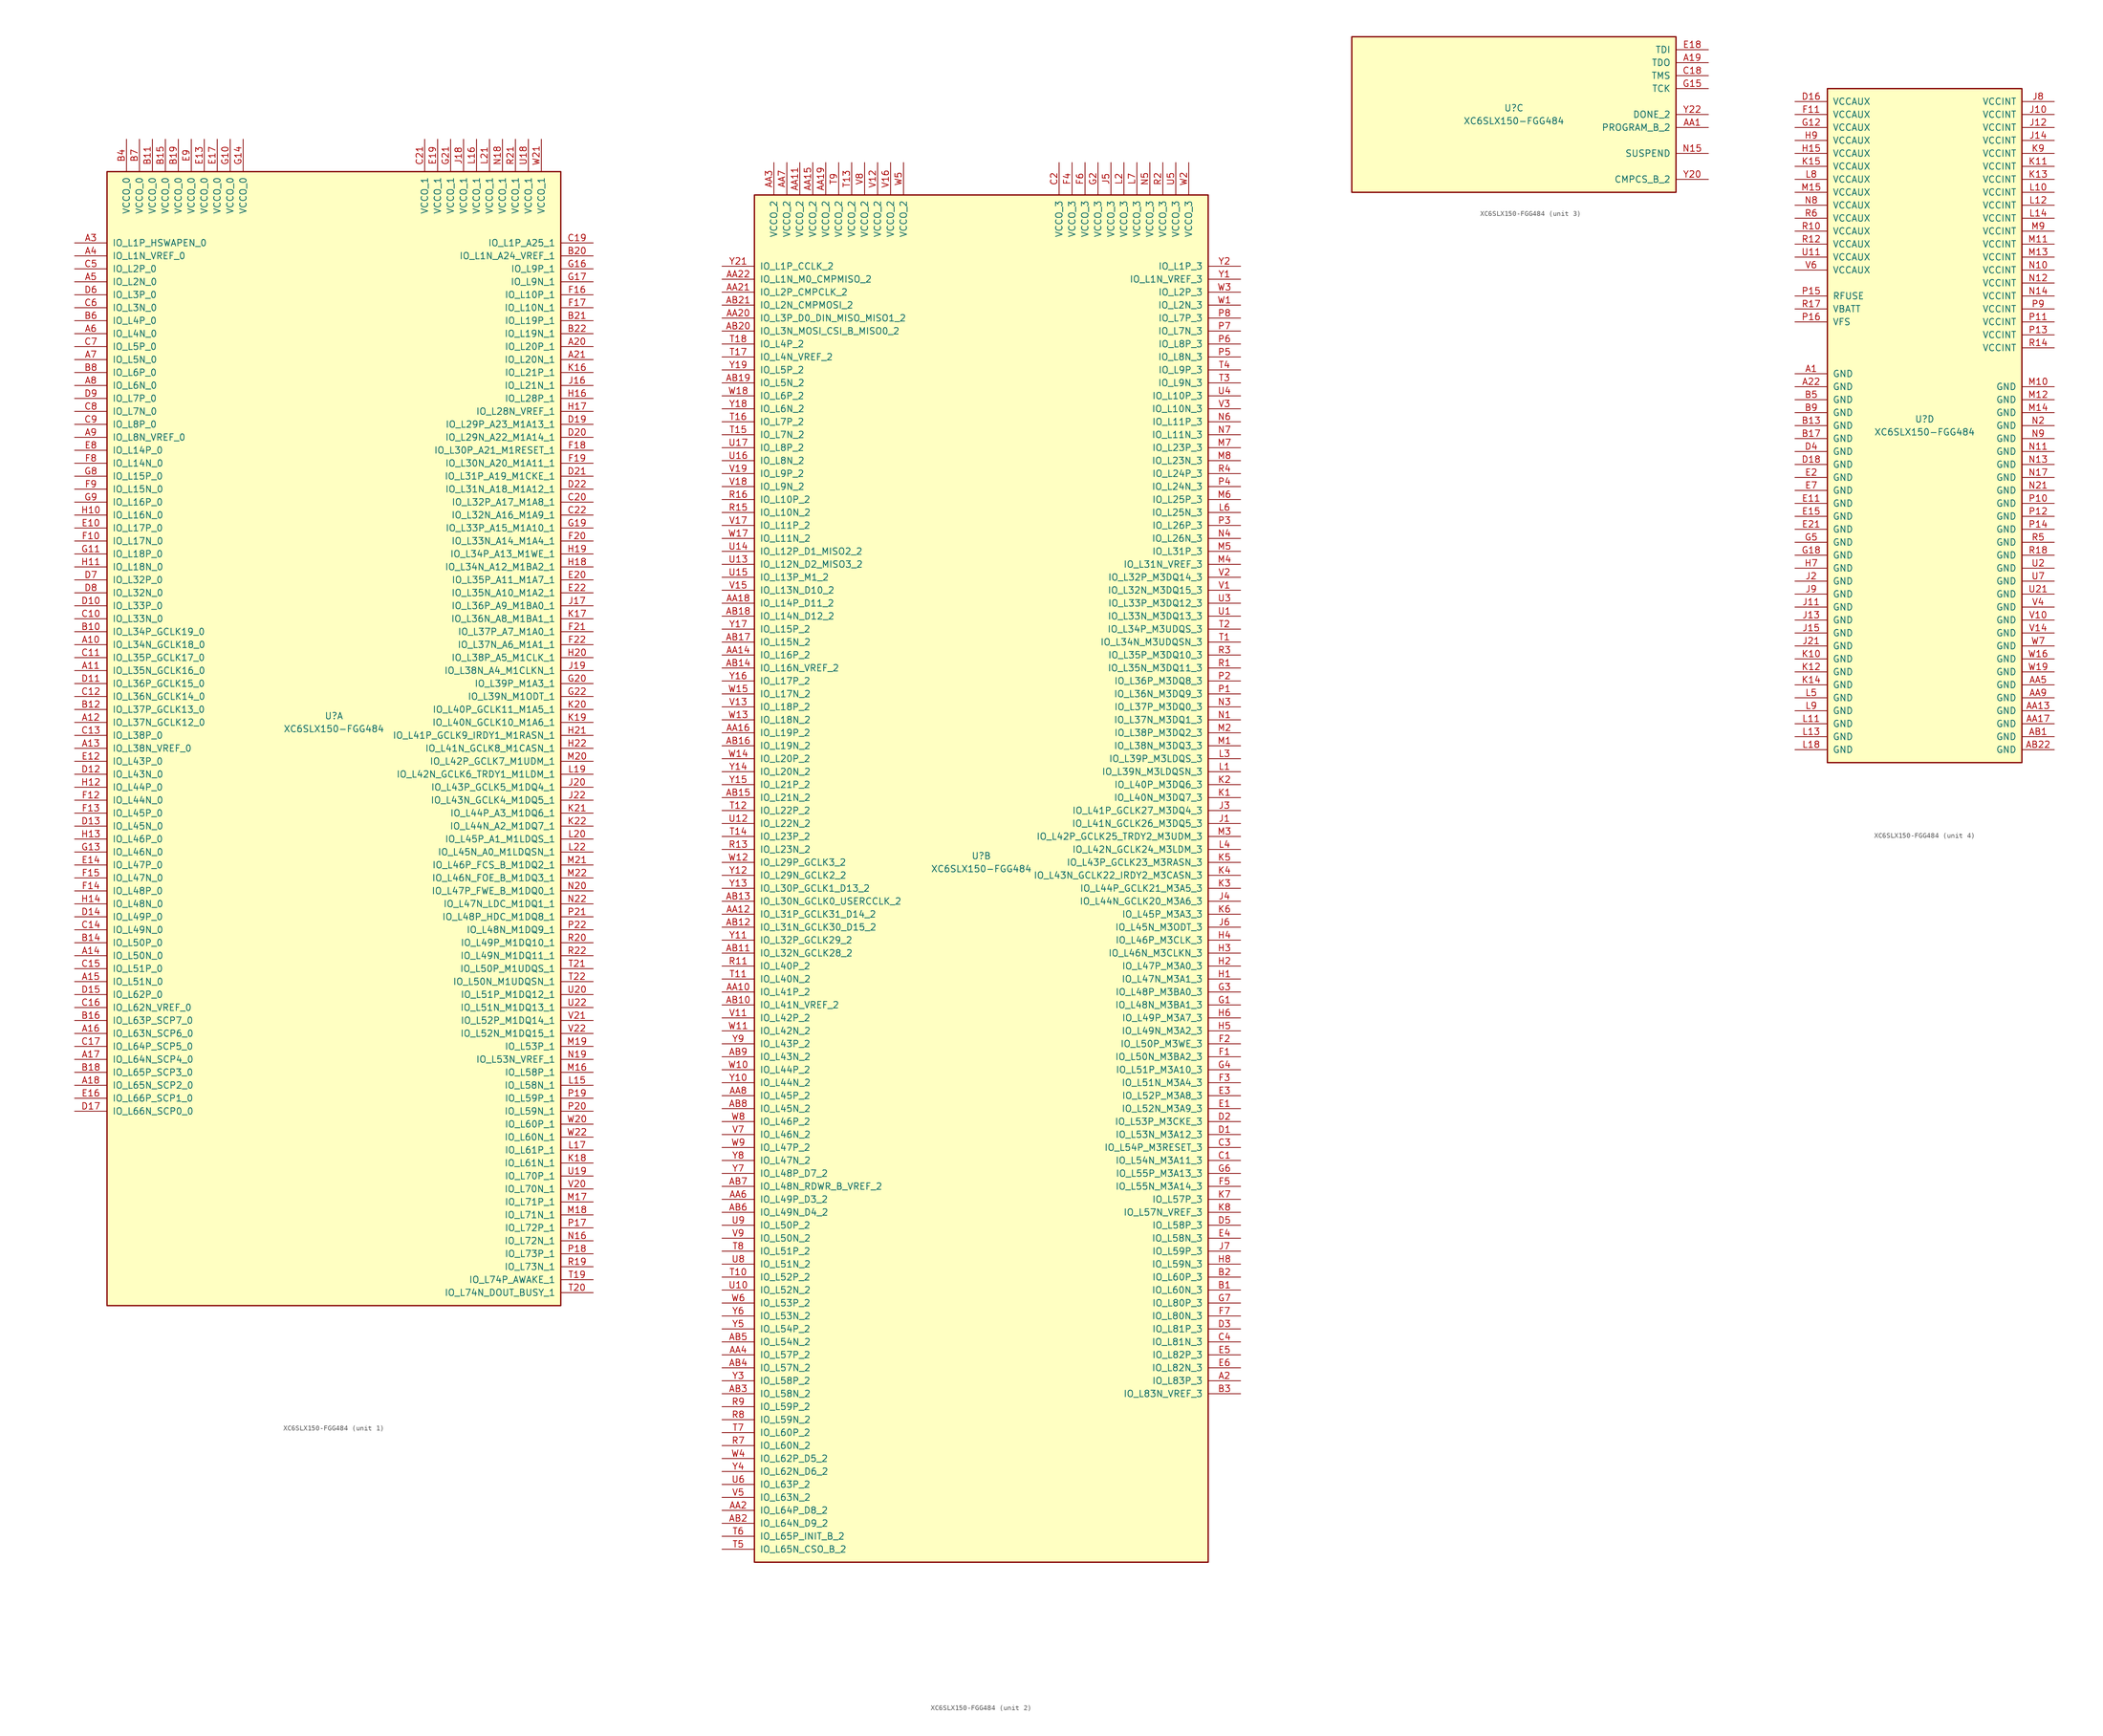
<source format=kicad_sym>
(kicad_symbol_lib
  (version 20201005)
  (generator kicad_symbol_editor)
  (symbol "XC6SLX150-FGG484"
    (pin_names
      (offset 1.016))
    (property "Reference" "U"
      (at 0 1.27 0)
      (effects (font (size 1.27 1.27))))
    (property "Value" "XC6SLX150-FGG484"
      (at 0 -1.27 0)
      (effects (font (size 1.27 1.27))))
    (property "Datasheet" ""
      (at 0 0 0)
      (effects (font (size 1.27 1.27))))
    (property "ki_locked" ""
      (at 0 0 0)
      (effects (font (size 1.27 1.27))))
    (symbol "XC6SLX150-FGG484_1_1"
      (rectangle (start -44.45 107.95) (end 44.45 -114.3) (stroke (width 0.254)) (fill (type background)))
      (pin bidirectional line (at -50.8 15.24 0) (length 6.35) (name "IO_L34N_GCLK18_0" (effects (font (size 1.27 1.27)))) (number "A10" (effects (font (size 1.27 1.27)))))
      (pin bidirectional line (at -50.8 10.16 0) (length 6.35) (name "IO_L35N_GCLK16_0" (effects (font (size 1.27 1.27)))) (number "A11" (effects (font (size 1.27 1.27)))))
      (pin bidirectional line (at -50.8 0 0) (length 6.35) (name "IO_L37N_GCLK12_0" (effects (font (size 1.27 1.27)))) (number "A12" (effects (font (size 1.27 1.27)))))
      (pin bidirectional line (at -50.8 -5.08 0) (length 6.35) (name "IO_L38N_VREF_0" (effects (font (size 1.27 1.27)))) (number "A13" (effects (font (size 1.27 1.27)))))
      (pin bidirectional line (at -50.8 -45.72 0) (length 6.35) (name "IO_L50N_0" (effects (font (size 1.27 1.27)))) (number "A14" (effects (font (size 1.27 1.27)))))
      (pin bidirectional line (at -50.8 -50.8 0) (length 6.35) (name "IO_L51N_0" (effects (font (size 1.27 1.27)))) (number "A15" (effects (font (size 1.27 1.27)))))
      (pin bidirectional line (at -50.8 -60.96 0) (length 6.35) (name "IO_L63N_SCP6_0" (effects (font (size 1.27 1.27)))) (number "A16" (effects (font (size 1.27 1.27)))))
      (pin bidirectional line (at -50.8 -66.04 0) (length 6.35) (name "IO_L64N_SCP4_0" (effects (font (size 1.27 1.27)))) (number "A17" (effects (font (size 1.27 1.27)))))
      (pin bidirectional line (at -50.8 -71.12 0) (length 6.35) (name "IO_L65N_SCP2_0" (effects (font (size 1.27 1.27)))) (number "A18" (effects (font (size 1.27 1.27)))))
      (pin bidirectional line (at 50.8 73.66 180) (length 6.35) (name "IO_L20P_1" (effects (font (size 1.27 1.27)))) (number "A20" (effects (font (size 1.27 1.27)))))
      (pin bidirectional line (at 50.8 71.12 180) (length 6.35) (name "IO_L20N_1" (effects (font (size 1.27 1.27)))) (number "A21" (effects (font (size 1.27 1.27)))))
      (pin bidirectional line (at -50.8 93.98 0) (length 6.35) (name "IO_L1P_HSWAPEN_0" (effects (font (size 1.27 1.27)))) (number "A3" (effects (font (size 1.27 1.27)))))
      (pin bidirectional line (at -50.8 91.44 0) (length 6.35) (name "IO_L1N_VREF_0" (effects (font (size 1.27 1.27)))) (number "A4" (effects (font (size 1.27 1.27)))))
      (pin bidirectional line (at -50.8 86.36 0) (length 6.35) (name "IO_L2N_0" (effects (font (size 1.27 1.27)))) (number "A5" (effects (font (size 1.27 1.27)))))
      (pin bidirectional line (at -50.8 76.2 0) (length 6.35) (name "IO_L4N_0" (effects (font (size 1.27 1.27)))) (number "A6" (effects (font (size 1.27 1.27)))))
      (pin bidirectional line (at -50.8 71.12 0) (length 6.35) (name "IO_L5N_0" (effects (font (size 1.27 1.27)))) (number "A7" (effects (font (size 1.27 1.27)))))
      (pin bidirectional line (at -50.8 66.04 0) (length 6.35) (name "IO_L6N_0" (effects (font (size 1.27 1.27)))) (number "A8" (effects (font (size 1.27 1.27)))))
      (pin bidirectional line (at -50.8 55.88 0) (length 6.35) (name "IO_L8N_VREF_0" (effects (font (size 1.27 1.27)))) (number "A9" (effects (font (size 1.27 1.27)))))
      (pin bidirectional line (at -50.8 17.78 0) (length 6.35) (name "IO_L34P_GCLK19_0" (effects (font (size 1.27 1.27)))) (number "B10" (effects (font (size 1.27 1.27)))))
      (pin power_in line (at -35.56 114.3 270) (length 6.35) (name "VCCO_0" (effects (font (size 1.27 1.27)))) (number "B11" (effects (font (size 1.27 1.27)))))
      (pin bidirectional line (at -50.8 2.54 0) (length 6.35) (name "IO_L37P_GCLK13_0" (effects (font (size 1.27 1.27)))) (number "B12" (effects (font (size 1.27 1.27)))))
      (pin bidirectional line (at -50.8 -43.18 0) (length 6.35) (name "IO_L50P_0" (effects (font (size 1.27 1.27)))) (number "B14" (effects (font (size 1.27 1.27)))))
      (pin power_in line (at -33.02 114.3 270) (length 6.35) (name "VCCO_0" (effects (font (size 1.27 1.27)))) (number "B15" (effects (font (size 1.27 1.27)))))
      (pin bidirectional line (at -50.8 -58.42 0) (length 6.35) (name "IO_L63P_SCP7_0" (effects (font (size 1.27 1.27)))) (number "B16" (effects (font (size 1.27 1.27)))))
      (pin bidirectional line (at -50.8 -68.58 0) (length 6.35) (name "IO_L65P_SCP3_0" (effects (font (size 1.27 1.27)))) (number "B18" (effects (font (size 1.27 1.27)))))
      (pin power_in line (at -30.48 114.3 270) (length 6.35) (name "VCCO_0" (effects (font (size 1.27 1.27)))) (number "B19" (effects (font (size 1.27 1.27)))))
      (pin bidirectional line (at 50.8 91.44 180) (length 6.35) (name "IO_L1N_A24_VREF_1" (effects (font (size 1.27 1.27)))) (number "B20" (effects (font (size 1.27 1.27)))))
      (pin bidirectional line (at 50.8 78.74 180) (length 6.35) (name "IO_L19P_1" (effects (font (size 1.27 1.27)))) (number "B21" (effects (font (size 1.27 1.27)))))
      (pin bidirectional line (at 50.8 76.2 180) (length 6.35) (name "IO_L19N_1" (effects (font (size 1.27 1.27)))) (number "B22" (effects (font (size 1.27 1.27)))))
      (pin power_in line (at -40.64 114.3 270) (length 6.35) (name "VCCO_0" (effects (font (size 1.27 1.27)))) (number "B4" (effects (font (size 1.27 1.27)))))
      (pin bidirectional line (at -50.8 78.74 0) (length 6.35) (name "IO_L4P_0" (effects (font (size 1.27 1.27)))) (number "B6" (effects (font (size 1.27 1.27)))))
      (pin power_in line (at -38.1 114.3 270) (length 6.35) (name "VCCO_0" (effects (font (size 1.27 1.27)))) (number "B7" (effects (font (size 1.27 1.27)))))
      (pin bidirectional line (at -50.8 68.58 0) (length 6.35) (name "IO_L6P_0" (effects (font (size 1.27 1.27)))) (number "B8" (effects (font (size 1.27 1.27)))))
      (pin bidirectional line (at -50.8 20.32 0) (length 6.35) (name "IO_L33N_0" (effects (font (size 1.27 1.27)))) (number "C10" (effects (font (size 1.27 1.27)))))
      (pin bidirectional line (at -50.8 12.7 0) (length 6.35) (name "IO_L35P_GCLK17_0" (effects (font (size 1.27 1.27)))) (number "C11" (effects (font (size 1.27 1.27)))))
      (pin bidirectional line (at -50.8 5.08 0) (length 6.35) (name "IO_L36N_GCLK14_0" (effects (font (size 1.27 1.27)))) (number "C12" (effects (font (size 1.27 1.27)))))
      (pin bidirectional line (at -50.8 -2.54 0) (length 6.35) (name "IO_L38P_0" (effects (font (size 1.27 1.27)))) (number "C13" (effects (font (size 1.27 1.27)))))
      (pin bidirectional line (at -50.8 -40.64 0) (length 6.35) (name "IO_L49N_0" (effects (font (size 1.27 1.27)))) (number "C14" (effects (font (size 1.27 1.27)))))
      (pin bidirectional line (at -50.8 -48.26 0) (length 6.35) (name "IO_L51P_0" (effects (font (size 1.27 1.27)))) (number "C15" (effects (font (size 1.27 1.27)))))
      (pin bidirectional line (at -50.8 -55.88 0) (length 6.35) (name "IO_L62N_VREF_0" (effects (font (size 1.27 1.27)))) (number "C16" (effects (font (size 1.27 1.27)))))
      (pin bidirectional line (at -50.8 -63.5 0) (length 6.35) (name "IO_L64P_SCP5_0" (effects (font (size 1.27 1.27)))) (number "C17" (effects (font (size 1.27 1.27)))))
      (pin bidirectional line (at 50.8 93.98 180) (length 6.35) (name "IO_L1P_A25_1" (effects (font (size 1.27 1.27)))) (number "C19" (effects (font (size 1.27 1.27)))))
      (pin bidirectional line (at 50.8 43.18 180) (length 6.35) (name "IO_L32P_A17_M1A8_1" (effects (font (size 1.27 1.27)))) (number "C20" (effects (font (size 1.27 1.27)))))
      (pin power_in line (at 17.78 114.3 270) (length 6.35) (name "VCCO_1" (effects (font (size 1.27 1.27)))) (number "C21" (effects (font (size 1.27 1.27)))))
      (pin bidirectional line (at 50.8 40.64 180) (length 6.35) (name "IO_L32N_A16_M1A9_1" (effects (font (size 1.27 1.27)))) (number "C22" (effects (font (size 1.27 1.27)))))
      (pin bidirectional line (at -50.8 88.9 0) (length 6.35) (name "IO_L2P_0" (effects (font (size 1.27 1.27)))) (number "C5" (effects (font (size 1.27 1.27)))))
      (pin bidirectional line (at -50.8 81.28 0) (length 6.35) (name "IO_L3N_0" (effects (font (size 1.27 1.27)))) (number "C6" (effects (font (size 1.27 1.27)))))
      (pin bidirectional line (at -50.8 73.66 0) (length 6.35) (name "IO_L5P_0" (effects (font (size 1.27 1.27)))) (number "C7" (effects (font (size 1.27 1.27)))))
      (pin bidirectional line (at -50.8 60.96 0) (length 6.35) (name "IO_L7N_0" (effects (font (size 1.27 1.27)))) (number "C8" (effects (font (size 1.27 1.27)))))
      (pin bidirectional line (at -50.8 58.42 0) (length 6.35) (name "IO_L8P_0" (effects (font (size 1.27 1.27)))) (number "C9" (effects (font (size 1.27 1.27)))))
      (pin bidirectional line (at -50.8 22.86 0) (length 6.35) (name "IO_L33P_0" (effects (font (size 1.27 1.27)))) (number "D10" (effects (font (size 1.27 1.27)))))
      (pin bidirectional line (at -50.8 7.62 0) (length 6.35) (name "IO_L36P_GCLK15_0" (effects (font (size 1.27 1.27)))) (number "D11" (effects (font (size 1.27 1.27)))))
      (pin bidirectional line (at -50.8 -10.16 0) (length 6.35) (name "IO_L43N_0" (effects (font (size 1.27 1.27)))) (number "D12" (effects (font (size 1.27 1.27)))))
      (pin bidirectional line (at -50.8 -20.32 0) (length 6.35) (name "IO_L45N_0" (effects (font (size 1.27 1.27)))) (number "D13" (effects (font (size 1.27 1.27)))))
      (pin bidirectional line (at -50.8 -38.1 0) (length 6.35) (name "IO_L49P_0" (effects (font (size 1.27 1.27)))) (number "D14" (effects (font (size 1.27 1.27)))))
      (pin bidirectional line (at -50.8 -53.34 0) (length 6.35) (name "IO_L62P_0" (effects (font (size 1.27 1.27)))) (number "D15" (effects (font (size 1.27 1.27)))))
      (pin bidirectional line (at -50.8 -76.2 0) (length 6.35) (name "IO_L66N_SCP0_0" (effects (font (size 1.27 1.27)))) (number "D17" (effects (font (size 1.27 1.27)))))
      (pin bidirectional line (at 50.8 58.42 180) (length 6.35) (name "IO_L29P_A23_M1A13_1" (effects (font (size 1.27 1.27)))) (number "D19" (effects (font (size 1.27 1.27)))))
      (pin bidirectional line (at 50.8 55.88 180) (length 6.35) (name "IO_L29N_A22_M1A14_1" (effects (font (size 1.27 1.27)))) (number "D20" (effects (font (size 1.27 1.27)))))
      (pin bidirectional line (at 50.8 48.26 180) (length 6.35) (name "IO_L31P_A19_M1CKE_1" (effects (font (size 1.27 1.27)))) (number "D21" (effects (font (size 1.27 1.27)))))
      (pin bidirectional line (at 50.8 45.72 180) (length 6.35) (name "IO_L31N_A18_M1A12_1" (effects (font (size 1.27 1.27)))) (number "D22" (effects (font (size 1.27 1.27)))))
      (pin bidirectional line (at -50.8 83.82 0) (length 6.35) (name "IO_L3P_0" (effects (font (size 1.27 1.27)))) (number "D6" (effects (font (size 1.27 1.27)))))
      (pin bidirectional line (at -50.8 27.94 0) (length 6.35) (name "IO_L32P_0" (effects (font (size 1.27 1.27)))) (number "D7" (effects (font (size 1.27 1.27)))))
      (pin bidirectional line (at -50.8 25.4 0) (length 6.35) (name "IO_L32N_0" (effects (font (size 1.27 1.27)))) (number "D8" (effects (font (size 1.27 1.27)))))
      (pin bidirectional line (at -50.8 63.5 0) (length 6.35) (name "IO_L7P_0" (effects (font (size 1.27 1.27)))) (number "D9" (effects (font (size 1.27 1.27)))))
      (pin bidirectional line (at -50.8 38.1 0) (length 6.35) (name "IO_L17P_0" (effects (font (size 1.27 1.27)))) (number "E10" (effects (font (size 1.27 1.27)))))
      (pin bidirectional line (at -50.8 -7.62 0) (length 6.35) (name "IO_L43P_0" (effects (font (size 1.27 1.27)))) (number "E12" (effects (font (size 1.27 1.27)))))
      (pin power_in line (at -25.4 114.3 270) (length 6.35) (name "VCCO_0" (effects (font (size 1.27 1.27)))) (number "E13" (effects (font (size 1.27 1.27)))))
      (pin bidirectional line (at -50.8 -27.94 0) (length 6.35) (name "IO_L47P_0" (effects (font (size 1.27 1.27)))) (number "E14" (effects (font (size 1.27 1.27)))))
      (pin bidirectional line (at -50.8 -73.66 0) (length 6.35) (name "IO_L66P_SCP1_0" (effects (font (size 1.27 1.27)))) (number "E16" (effects (font (size 1.27 1.27)))))
      (pin power_in line (at -22.86 114.3 270) (length 6.35) (name "VCCO_0" (effects (font (size 1.27 1.27)))) (number "E17" (effects (font (size 1.27 1.27)))))
      (pin power_in line (at 20.32 114.3 270) (length 6.35) (name "VCCO_1" (effects (font (size 1.27 1.27)))) (number "E19" (effects (font (size 1.27 1.27)))))
      (pin bidirectional line (at 50.8 27.94 180) (length 6.35) (name "IO_L35P_A11_M1A7_1" (effects (font (size 1.27 1.27)))) (number "E20" (effects (font (size 1.27 1.27)))))
      (pin bidirectional line (at 50.8 25.4 180) (length 6.35) (name "IO_L35N_A10_M1A2_1" (effects (font (size 1.27 1.27)))) (number "E22" (effects (font (size 1.27 1.27)))))
      (pin bidirectional line (at -50.8 53.34 0) (length 6.35) (name "IO_L14P_0" (effects (font (size 1.27 1.27)))) (number "E8" (effects (font (size 1.27 1.27)))))
      (pin power_in line (at -27.94 114.3 270) (length 6.35) (name "VCCO_0" (effects (font (size 1.27 1.27)))) (number "E9" (effects (font (size 1.27 1.27)))))
      (pin bidirectional line (at -50.8 35.56 0) (length 6.35) (name "IO_L17N_0" (effects (font (size 1.27 1.27)))) (number "F10" (effects (font (size 1.27 1.27)))))
      (pin bidirectional line (at -50.8 -15.24 0) (length 6.35) (name "IO_L44N_0" (effects (font (size 1.27 1.27)))) (number "F12" (effects (font (size 1.27 1.27)))))
      (pin bidirectional line (at -50.8 -17.78 0) (length 6.35) (name "IO_L45P_0" (effects (font (size 1.27 1.27)))) (number "F13" (effects (font (size 1.27 1.27)))))
      (pin bidirectional line (at -50.8 -33.02 0) (length 6.35) (name "IO_L48P_0" (effects (font (size 1.27 1.27)))) (number "F14" (effects (font (size 1.27 1.27)))))
      (pin bidirectional line (at -50.8 -30.48 0) (length 6.35) (name "IO_L47N_0" (effects (font (size 1.27 1.27)))) (number "F15" (effects (font (size 1.27 1.27)))))
      (pin bidirectional line (at 50.8 83.82 180) (length 6.35) (name "IO_L10P_1" (effects (font (size 1.27 1.27)))) (number "F16" (effects (font (size 1.27 1.27)))))
      (pin bidirectional line (at 50.8 81.28 180) (length 6.35) (name "IO_L10N_1" (effects (font (size 1.27 1.27)))) (number "F17" (effects (font (size 1.27 1.27)))))
      (pin bidirectional line (at 50.8 53.34 180) (length 6.35) (name "IO_L30P_A21_M1RESET_1" (effects (font (size 1.27 1.27)))) (number "F18" (effects (font (size 1.27 1.27)))))
      (pin bidirectional line (at 50.8 50.8 180) (length 6.35) (name "IO_L30N_A20_M1A11_1" (effects (font (size 1.27 1.27)))) (number "F19" (effects (font (size 1.27 1.27)))))
      (pin bidirectional line (at 50.8 35.56 180) (length 6.35) (name "IO_L33N_A14_M1A4_1" (effects (font (size 1.27 1.27)))) (number "F20" (effects (font (size 1.27 1.27)))))
      (pin bidirectional line (at 50.8 17.78 180) (length 6.35) (name "IO_L37P_A7_M1A0_1" (effects (font (size 1.27 1.27)))) (number "F21" (effects (font (size 1.27 1.27)))))
      (pin bidirectional line (at 50.8 15.24 180) (length 6.35) (name "IO_L37N_A6_M1A1_1" (effects (font (size 1.27 1.27)))) (number "F22" (effects (font (size 1.27 1.27)))))
      (pin bidirectional line (at -50.8 50.8 0) (length 6.35) (name "IO_L14N_0" (effects (font (size 1.27 1.27)))) (number "F8" (effects (font (size 1.27 1.27)))))
      (pin bidirectional line (at -50.8 45.72 0) (length 6.35) (name "IO_L15N_0" (effects (font (size 1.27 1.27)))) (number "F9" (effects (font (size 1.27 1.27)))))
      (pin power_in line (at -20.32 114.3 270) (length 6.35) (name "VCCO_0" (effects (font (size 1.27 1.27)))) (number "G10" (effects (font (size 1.27 1.27)))))
      (pin bidirectional line (at -50.8 33.02 0) (length 6.35) (name "IO_L18P_0" (effects (font (size 1.27 1.27)))) (number "G11" (effects (font (size 1.27 1.27)))))
      (pin bidirectional line (at -50.8 -25.4 0) (length 6.35) (name "IO_L46N_0" (effects (font (size 1.27 1.27)))) (number "G13" (effects (font (size 1.27 1.27)))))
      (pin power_in line (at -17.78 114.3 270) (length 6.35) (name "VCCO_0" (effects (font (size 1.27 1.27)))) (number "G14" (effects (font (size 1.27 1.27)))))
      (pin bidirectional line (at 50.8 88.9 180) (length 6.35) (name "IO_L9P_1" (effects (font (size 1.27 1.27)))) (number "G16" (effects (font (size 1.27 1.27)))))
      (pin bidirectional line (at 50.8 86.36 180) (length 6.35) (name "IO_L9N_1" (effects (font (size 1.27 1.27)))) (number "G17" (effects (font (size 1.27 1.27)))))
      (pin bidirectional line (at 50.8 38.1 180) (length 6.35) (name "IO_L33P_A15_M1A10_1" (effects (font (size 1.27 1.27)))) (number "G19" (effects (font (size 1.27 1.27)))))
      (pin bidirectional line (at 50.8 7.62 180) (length 6.35) (name "IO_L39P_M1A3_1" (effects (font (size 1.27 1.27)))) (number "G20" (effects (font (size 1.27 1.27)))))
      (pin power_in line (at 22.86 114.3 270) (length 6.35) (name "VCCO_1" (effects (font (size 1.27 1.27)))) (number "G21" (effects (font (size 1.27 1.27)))))
      (pin bidirectional line (at 50.8 5.08 180) (length 6.35) (name "IO_L39N_M1ODT_1" (effects (font (size 1.27 1.27)))) (number "G22" (effects (font (size 1.27 1.27)))))
      (pin bidirectional line (at -50.8 48.26 0) (length 6.35) (name "IO_L15P_0" (effects (font (size 1.27 1.27)))) (number "G8" (effects (font (size 1.27 1.27)))))
      (pin bidirectional line (at -50.8 43.18 0) (length 6.35) (name "IO_L16P_0" (effects (font (size 1.27 1.27)))) (number "G9" (effects (font (size 1.27 1.27)))))
      (pin bidirectional line (at -50.8 40.64 0) (length 6.35) (name "IO_L16N_0" (effects (font (size 1.27 1.27)))) (number "H10" (effects (font (size 1.27 1.27)))))
      (pin bidirectional line (at -50.8 30.48 0) (length 6.35) (name "IO_L18N_0" (effects (font (size 1.27 1.27)))) (number "H11" (effects (font (size 1.27 1.27)))))
      (pin bidirectional line (at -50.8 -12.7 0) (length 6.35) (name "IO_L44P_0" (effects (font (size 1.27 1.27)))) (number "H12" (effects (font (size 1.27 1.27)))))
      (pin bidirectional line (at -50.8 -22.86 0) (length 6.35) (name "IO_L46P_0" (effects (font (size 1.27 1.27)))) (number "H13" (effects (font (size 1.27 1.27)))))
      (pin bidirectional line (at -50.8 -35.56 0) (length 6.35) (name "IO_L48N_0" (effects (font (size 1.27 1.27)))) (number "H14" (effects (font (size 1.27 1.27)))))
      (pin bidirectional line (at 50.8 63.5 180) (length 6.35) (name "IO_L28P_1" (effects (font (size 1.27 1.27)))) (number "H16" (effects (font (size 1.27 1.27)))))
      (pin bidirectional line (at 50.8 60.96 180) (length 6.35) (name "IO_L28N_VREF_1" (effects (font (size 1.27 1.27)))) (number "H17" (effects (font (size 1.27 1.27)))))
      (pin bidirectional line (at 50.8 30.48 180) (length 6.35) (name "IO_L34N_A12_M1BA2_1" (effects (font (size 1.27 1.27)))) (number "H18" (effects (font (size 1.27 1.27)))))
      (pin bidirectional line (at 50.8 33.02 180) (length 6.35) (name "IO_L34P_A13_M1WE_1" (effects (font (size 1.27 1.27)))) (number "H19" (effects (font (size 1.27 1.27)))))
      (pin bidirectional line (at 50.8 12.7 180) (length 6.35) (name "IO_L38P_A5_M1CLK_1" (effects (font (size 1.27 1.27)))) (number "H20" (effects (font (size 1.27 1.27)))))
      (pin bidirectional line (at 50.8 -2.54 180) (length 6.35) (name "IO_L41P_GCLK9_IRDY1_M1RASN_1" (effects (font (size 1.27 1.27)))) (number "H21" (effects (font (size 1.27 1.27)))))
      (pin bidirectional line (at 50.8 -5.08 180) (length 6.35) (name "IO_L41N_GCLK8_M1CASN_1" (effects (font (size 1.27 1.27)))) (number "H22" (effects (font (size 1.27 1.27)))))
      (pin bidirectional line (at 50.8 66.04 180) (length 6.35) (name "IO_L21N_1" (effects (font (size 1.27 1.27)))) (number "J16" (effects (font (size 1.27 1.27)))))
      (pin bidirectional line (at 50.8 22.86 180) (length 6.35) (name "IO_L36P_A9_M1BA0_1" (effects (font (size 1.27 1.27)))) (number "J17" (effects (font (size 1.27 1.27)))))
      (pin power_in line (at 25.4 114.3 270) (length 6.35) (name "VCCO_1" (effects (font (size 1.27 1.27)))) (number "J18" (effects (font (size 1.27 1.27)))))
      (pin bidirectional line (at 50.8 10.16 180) (length 6.35) (name "IO_L38N_A4_M1CLKN_1" (effects (font (size 1.27 1.27)))) (number "J19" (effects (font (size 1.27 1.27)))))
      (pin bidirectional line (at 50.8 -12.7 180) (length 6.35) (name "IO_L43P_GCLK5_M1DQ4_1" (effects (font (size 1.27 1.27)))) (number "J20" (effects (font (size 1.27 1.27)))))
      (pin bidirectional line (at 50.8 -15.24 180) (length 6.35) (name "IO_L43N_GCLK4_M1DQ5_1" (effects (font (size 1.27 1.27)))) (number "J22" (effects (font (size 1.27 1.27)))))
      (pin bidirectional line (at 50.8 68.58 180) (length 6.35) (name "IO_L21P_1" (effects (font (size 1.27 1.27)))) (number "K16" (effects (font (size 1.27 1.27)))))
      (pin bidirectional line (at 50.8 20.32 180) (length 6.35) (name "IO_L36N_A8_M1BA1_1" (effects (font (size 1.27 1.27)))) (number "K17" (effects (font (size 1.27 1.27)))))
      (pin bidirectional line (at 50.8 -86.36 180) (length 6.35) (name "IO_L61N_1" (effects (font (size 1.27 1.27)))) (number "K18" (effects (font (size 1.27 1.27)))))
      (pin bidirectional line (at 50.8 0 180) (length 6.35) (name "IO_L40N_GCLK10_M1A6_1" (effects (font (size 1.27 1.27)))) (number "K19" (effects (font (size 1.27 1.27)))))
      (pin bidirectional line (at 50.8 2.54 180) (length 6.35) (name "IO_L40P_GCLK11_M1A5_1" (effects (font (size 1.27 1.27)))) (number "K20" (effects (font (size 1.27 1.27)))))
      (pin bidirectional line (at 50.8 -17.78 180) (length 6.35) (name "IO_L44P_A3_M1DQ6_1" (effects (font (size 1.27 1.27)))) (number "K21" (effects (font (size 1.27 1.27)))))
      (pin bidirectional line (at 50.8 -20.32 180) (length 6.35) (name "IO_L44N_A2_M1DQ7_1" (effects (font (size 1.27 1.27)))) (number "K22" (effects (font (size 1.27 1.27)))))
      (pin bidirectional line (at 50.8 -71.12 180) (length 6.35) (name "IO_L58N_1" (effects (font (size 1.27 1.27)))) (number "L15" (effects (font (size 1.27 1.27)))))
      (pin power_in line (at 27.94 114.3 270) (length 6.35) (name "VCCO_1" (effects (font (size 1.27 1.27)))) (number "L16" (effects (font (size 1.27 1.27)))))
      (pin bidirectional line (at 50.8 -83.82 180) (length 6.35) (name "IO_L61P_1" (effects (font (size 1.27 1.27)))) (number "L17" (effects (font (size 1.27 1.27)))))
      (pin bidirectional line (at 50.8 -10.16 180) (length 6.35) (name "IO_L42N_GCLK6_TRDY1_M1LDM_1" (effects (font (size 1.27 1.27)))) (number "L19" (effects (font (size 1.27 1.27)))))
      (pin bidirectional line (at 50.8 -22.86 180) (length 6.35) (name "IO_L45P_A1_M1LDQS_1" (effects (font (size 1.27 1.27)))) (number "L20" (effects (font (size 1.27 1.27)))))
      (pin power_in line (at 30.48 114.3 270) (length 6.35) (name "VCCO_1" (effects (font (size 1.27 1.27)))) (number "L21" (effects (font (size 1.27 1.27)))))
      (pin bidirectional line (at 50.8 -25.4 180) (length 6.35) (name "IO_L45N_A0_M1LDQSN_1" (effects (font (size 1.27 1.27)))) (number "L22" (effects (font (size 1.27 1.27)))))
      (pin bidirectional line (at 50.8 -68.58 180) (length 6.35) (name "IO_L58P_1" (effects (font (size 1.27 1.27)))) (number "M16" (effects (font (size 1.27 1.27)))))
      (pin bidirectional line (at 50.8 -93.98 180) (length 6.35) (name "IO_L71P_1" (effects (font (size 1.27 1.27)))) (number "M17" (effects (font (size 1.27 1.27)))))
      (pin bidirectional line (at 50.8 -96.52 180) (length 6.35) (name "IO_L71N_1" (effects (font (size 1.27 1.27)))) (number "M18" (effects (font (size 1.27 1.27)))))
      (pin bidirectional line (at 50.8 -63.5 180) (length 6.35) (name "IO_L53P_1" (effects (font (size 1.27 1.27)))) (number "M19" (effects (font (size 1.27 1.27)))))
      (pin bidirectional line (at 50.8 -7.62 180) (length 6.35) (name "IO_L42P_GCLK7_M1UDM_1" (effects (font (size 1.27 1.27)))) (number "M20" (effects (font (size 1.27 1.27)))))
      (pin bidirectional line (at 50.8 -27.94 180) (length 6.35) (name "IO_L46P_FCS_B_M1DQ2_1" (effects (font (size 1.27 1.27)))) (number "M21" (effects (font (size 1.27 1.27)))))
      (pin bidirectional line (at 50.8 -30.48 180) (length 6.35) (name "IO_L46N_FOE_B_M1DQ3_1" (effects (font (size 1.27 1.27)))) (number "M22" (effects (font (size 1.27 1.27)))))
      (pin bidirectional line (at 50.8 -101.6 180) (length 6.35) (name "IO_L72N_1" (effects (font (size 1.27 1.27)))) (number "N16" (effects (font (size 1.27 1.27)))))
      (pin power_in line (at 33.02 114.3 270) (length 6.35) (name "VCCO_1" (effects (font (size 1.27 1.27)))) (number "N18" (effects (font (size 1.27 1.27)))))
      (pin bidirectional line (at 50.8 -66.04 180) (length 6.35) (name "IO_L53N_VREF_1" (effects (font (size 1.27 1.27)))) (number "N19" (effects (font (size 1.27 1.27)))))
      (pin bidirectional line (at 50.8 -33.02 180) (length 6.35) (name "IO_L47P_FWE_B_M1DQ0_1" (effects (font (size 1.27 1.27)))) (number "N20" (effects (font (size 1.27 1.27)))))
      (pin bidirectional line (at 50.8 -35.56 180) (length 6.35) (name "IO_L47N_LDC_M1DQ1_1" (effects (font (size 1.27 1.27)))) (number "N22" (effects (font (size 1.27 1.27)))))
      (pin bidirectional line (at 50.8 -99.06 180) (length 6.35) (name "IO_L72P_1" (effects (font (size 1.27 1.27)))) (number "P17" (effects (font (size 1.27 1.27)))))
      (pin bidirectional line (at 50.8 -104.14 180) (length 6.35) (name "IO_L73P_1" (effects (font (size 1.27 1.27)))) (number "P18" (effects (font (size 1.27 1.27)))))
      (pin bidirectional line (at 50.8 -73.66 180) (length 6.35) (name "IO_L59P_1" (effects (font (size 1.27 1.27)))) (number "P19" (effects (font (size 1.27 1.27)))))
      (pin bidirectional line (at 50.8 -76.2 180) (length 6.35) (name "IO_L59N_1" (effects (font (size 1.27 1.27)))) (number "P20" (effects (font (size 1.27 1.27)))))
      (pin bidirectional line (at 50.8 -38.1 180) (length 6.35) (name "IO_L48P_HDC_M1DQ8_1" (effects (font (size 1.27 1.27)))) (number "P21" (effects (font (size 1.27 1.27)))))
      (pin bidirectional line (at 50.8 -40.64 180) (length 6.35) (name "IO_L48N_M1DQ9_1" (effects (font (size 1.27 1.27)))) (number "P22" (effects (font (size 1.27 1.27)))))
      (pin bidirectional line (at 50.8 -106.68 180) (length 6.35) (name "IO_L73N_1" (effects (font (size 1.27 1.27)))) (number "R19" (effects (font (size 1.27 1.27)))))
      (pin bidirectional line (at 50.8 -43.18 180) (length 6.35) (name "IO_L49P_M1DQ10_1" (effects (font (size 1.27 1.27)))) (number "R20" (effects (font (size 1.27 1.27)))))
      (pin power_in line (at 35.56 114.3 270) (length 6.35) (name "VCCO_1" (effects (font (size 1.27 1.27)))) (number "R21" (effects (font (size 1.27 1.27)))))
      (pin bidirectional line (at 50.8 -45.72 180) (length 6.35) (name "IO_L49N_M1DQ11_1" (effects (font (size 1.27 1.27)))) (number "R22" (effects (font (size 1.27 1.27)))))
      (pin bidirectional line (at 50.8 -109.22 180) (length 6.35) (name "IO_L74P_AWAKE_1" (effects (font (size 1.27 1.27)))) (number "T19" (effects (font (size 1.27 1.27)))))
      (pin bidirectional line (at 50.8 -111.76 180) (length 6.35) (name "IO_L74N_DOUT_BUSY_1" (effects (font (size 1.27 1.27)))) (number "T20" (effects (font (size 1.27 1.27)))))
      (pin bidirectional line (at 50.8 -48.26 180) (length 6.35) (name "IO_L50P_M1UDQS_1" (effects (font (size 1.27 1.27)))) (number "T21" (effects (font (size 1.27 1.27)))))
      (pin bidirectional line (at 50.8 -50.8 180) (length 6.35) (name "IO_L50N_M1UDQSN_1" (effects (font (size 1.27 1.27)))) (number "T22" (effects (font (size 1.27 1.27)))))
      (pin power_in line (at 38.1 114.3 270) (length 6.35) (name "VCCO_1" (effects (font (size 1.27 1.27)))) (number "U18" (effects (font (size 1.27 1.27)))))
      (pin bidirectional line (at 50.8 -88.9 180) (length 6.35) (name "IO_L70P_1" (effects (font (size 1.27 1.27)))) (number "U19" (effects (font (size 1.27 1.27)))))
      (pin bidirectional line (at 50.8 -53.34 180) (length 6.35) (name "IO_L51P_M1DQ12_1" (effects (font (size 1.27 1.27)))) (number "U20" (effects (font (size 1.27 1.27)))))
      (pin bidirectional line (at 50.8 -55.88 180) (length 6.35) (name "IO_L51N_M1DQ13_1" (effects (font (size 1.27 1.27)))) (number "U22" (effects (font (size 1.27 1.27)))))
      (pin bidirectional line (at 50.8 -91.44 180) (length 6.35) (name "IO_L70N_1" (effects (font (size 1.27 1.27)))) (number "V20" (effects (font (size 1.27 1.27)))))
      (pin bidirectional line (at 50.8 -58.42 180) (length 6.35) (name "IO_L52P_M1DQ14_1" (effects (font (size 1.27 1.27)))) (number "V21" (effects (font (size 1.27 1.27)))))
      (pin bidirectional line (at 50.8 -60.96 180) (length 6.35) (name "IO_L52N_M1DQ15_1" (effects (font (size 1.27 1.27)))) (number "V22" (effects (font (size 1.27 1.27)))))
      (pin bidirectional line (at 50.8 -78.74 180) (length 6.35) (name "IO_L60P_1" (effects (font (size 1.27 1.27)))) (number "W20" (effects (font (size 1.27 1.27)))))
      (pin power_in line (at 40.64 114.3 270) (length 6.35) (name "VCCO_1" (effects (font (size 1.27 1.27)))) (number "W21" (effects (font (size 1.27 1.27)))))
      (pin bidirectional line (at 50.8 -81.28 180) (length 6.35) (name "IO_L60N_1" (effects (font (size 1.27 1.27)))) (number "W22" (effects (font (size 1.27 1.27))))))
    (symbol "XC6SLX150-FGG484_2_1"
      (rectangle (start -44.45 130.81) (end 44.45 -137.16) (stroke (width 0.254)) (fill (type background)))
      (pin bidirectional line (at 50.8 -101.6 180) (length 6.35) (name "IO_L83P_3" (effects (font (size 1.27 1.27)))) (number "A2" (effects (font (size 1.27 1.27)))))
      (pin bidirectional line (at -50.8 -25.4 0) (length 6.35) (name "IO_L41P_2" (effects (font (size 1.27 1.27)))) (number "AA10" (effects (font (size 1.27 1.27)))))
      (pin power_in line (at -35.56 137.16 270) (length 6.35) (name "VCCO_2" (effects (font (size 1.27 1.27)))) (number "AA11" (effects (font (size 1.27 1.27)))))
      (pin bidirectional line (at -50.8 -10.16 0) (length 6.35) (name "IO_L31P_GCLK31_D14_2" (effects (font (size 1.27 1.27)))) (number "AA12" (effects (font (size 1.27 1.27)))))
      (pin bidirectional line (at -50.8 40.64 0) (length 6.35) (name "IO_L16P_2" (effects (font (size 1.27 1.27)))) (number "AA14" (effects (font (size 1.27 1.27)))))
      (pin power_in line (at -33.02 137.16 270) (length 6.35) (name "VCCO_2" (effects (font (size 1.27 1.27)))) (number "AA15" (effects (font (size 1.27 1.27)))))
      (pin bidirectional line (at -50.8 25.4 0) (length 6.35) (name "IO_L19P_2" (effects (font (size 1.27 1.27)))) (number "AA16" (effects (font (size 1.27 1.27)))))
      (pin bidirectional line (at -50.8 50.8 0) (length 6.35) (name "IO_L14P_D11_2" (effects (font (size 1.27 1.27)))) (number "AA18" (effects (font (size 1.27 1.27)))))
      (pin power_in line (at -30.48 137.16 270) (length 6.35) (name "VCCO_2" (effects (font (size 1.27 1.27)))) (number "AA19" (effects (font (size 1.27 1.27)))))
      (pin bidirectional line (at -50.8 -127 0) (length 6.35) (name "IO_L64P_D8_2" (effects (font (size 1.27 1.27)))) (number "AA2" (effects (font (size 1.27 1.27)))))
      (pin bidirectional line (at -50.8 106.68 0) (length 6.35) (name "IO_L3P_D0_DIN_MISO_MISO1_2" (effects (font (size 1.27 1.27)))) (number "AA20" (effects (font (size 1.27 1.27)))))
      (pin bidirectional line (at -50.8 111.76 0) (length 6.35) (name "IO_L2P_CMPCLK_2" (effects (font (size 1.27 1.27)))) (number "AA21" (effects (font (size 1.27 1.27)))))
      (pin bidirectional line (at -50.8 114.3 0) (length 6.35) (name "IO_L1N_M0_CMPMISO_2" (effects (font (size 1.27 1.27)))) (number "AA22" (effects (font (size 1.27 1.27)))))
      (pin power_in line (at -40.64 137.16 270) (length 6.35) (name "VCCO_2" (effects (font (size 1.27 1.27)))) (number "AA3" (effects (font (size 1.27 1.27)))))
      (pin bidirectional line (at -50.8 -96.52 0) (length 6.35) (name "IO_L57P_2" (effects (font (size 1.27 1.27)))) (number "AA4" (effects (font (size 1.27 1.27)))))
      (pin bidirectional line (at -50.8 -66.04 0) (length 6.35) (name "IO_L49P_D3_2" (effects (font (size 1.27 1.27)))) (number "AA6" (effects (font (size 1.27 1.27)))))
      (pin power_in line (at -38.1 137.16 270) (length 6.35) (name "VCCO_2" (effects (font (size 1.27 1.27)))) (number "AA7" (effects (font (size 1.27 1.27)))))
      (pin bidirectional line (at -50.8 -45.72 0) (length 6.35) (name "IO_L45P_2" (effects (font (size 1.27 1.27)))) (number "AA8" (effects (font (size 1.27 1.27)))))
      (pin bidirectional line (at -50.8 -27.94 0) (length 6.35) (name "IO_L41N_VREF_2" (effects (font (size 1.27 1.27)))) (number "AB10" (effects (font (size 1.27 1.27)))))
      (pin bidirectional line (at -50.8 -17.78 0) (length 6.35) (name "IO_L32N_GCLK28_2" (effects (font (size 1.27 1.27)))) (number "AB11" (effects (font (size 1.27 1.27)))))
      (pin bidirectional line (at -50.8 -12.7 0) (length 6.35) (name "IO_L31N_GCLK30_D15_2" (effects (font (size 1.27 1.27)))) (number "AB12" (effects (font (size 1.27 1.27)))))
      (pin bidirectional line (at -50.8 -7.62 0) (length 6.35) (name "IO_L30N_GCLK0_USERCCLK_2" (effects (font (size 1.27 1.27)))) (number "AB13" (effects (font (size 1.27 1.27)))))
      (pin bidirectional line (at -50.8 38.1 0) (length 6.35) (name "IO_L16N_VREF_2" (effects (font (size 1.27 1.27)))) (number "AB14" (effects (font (size 1.27 1.27)))))
      (pin bidirectional line (at -50.8 12.7 0) (length 6.35) (name "IO_L21N_2" (effects (font (size 1.27 1.27)))) (number "AB15" (effects (font (size 1.27 1.27)))))
      (pin bidirectional line (at -50.8 22.86 0) (length 6.35) (name "IO_L19N_2" (effects (font (size 1.27 1.27)))) (number "AB16" (effects (font (size 1.27 1.27)))))
      (pin bidirectional line (at -50.8 43.18 0) (length 6.35) (name "IO_L15N_2" (effects (font (size 1.27 1.27)))) (number "AB17" (effects (font (size 1.27 1.27)))))
      (pin bidirectional line (at -50.8 48.26 0) (length 6.35) (name "IO_L14N_D12_2" (effects (font (size 1.27 1.27)))) (number "AB18" (effects (font (size 1.27 1.27)))))
      (pin bidirectional line (at -50.8 93.98 0) (length 6.35) (name "IO_L5N_2" (effects (font (size 1.27 1.27)))) (number "AB19" (effects (font (size 1.27 1.27)))))
      (pin bidirectional line (at -50.8 -129.54 0) (length 6.35) (name "IO_L64N_D9_2" (effects (font (size 1.27 1.27)))) (number "AB2" (effects (font (size 1.27 1.27)))))
      (pin bidirectional line (at -50.8 104.14 0) (length 6.35) (name "IO_L3N_MOSI_CSI_B_MISO0_2" (effects (font (size 1.27 1.27)))) (number "AB20" (effects (font (size 1.27 1.27)))))
      (pin bidirectional line (at -50.8 109.22 0) (length 6.35) (name "IO_L2N_CMPMOSI_2" (effects (font (size 1.27 1.27)))) (number "AB21" (effects (font (size 1.27 1.27)))))
      (pin bidirectional line (at -50.8 -104.14 0) (length 6.35) (name "IO_L58N_2" (effects (font (size 1.27 1.27)))) (number "AB3" (effects (font (size 1.27 1.27)))))
      (pin bidirectional line (at -50.8 -99.06 0) (length 6.35) (name "IO_L57N_2" (effects (font (size 1.27 1.27)))) (number "AB4" (effects (font (size 1.27 1.27)))))
      (pin bidirectional line (at -50.8 -93.98 0) (length 6.35) (name "IO_L54N_2" (effects (font (size 1.27 1.27)))) (number "AB5" (effects (font (size 1.27 1.27)))))
      (pin bidirectional line (at -50.8 -68.58 0) (length 6.35) (name "IO_L49N_D4_2" (effects (font (size 1.27 1.27)))) (number "AB6" (effects (font (size 1.27 1.27)))))
      (pin bidirectional line (at -50.8 -63.5 0) (length 6.35) (name "IO_L48N_RDWR_B_VREF_2" (effects (font (size 1.27 1.27)))) (number "AB7" (effects (font (size 1.27 1.27)))))
      (pin bidirectional line (at -50.8 -48.26 0) (length 6.35) (name "IO_L45N_2" (effects (font (size 1.27 1.27)))) (number "AB8" (effects (font (size 1.27 1.27)))))
      (pin bidirectional line (at -50.8 -38.1 0) (length 6.35) (name "IO_L43N_2" (effects (font (size 1.27 1.27)))) (number "AB9" (effects (font (size 1.27 1.27)))))
      (pin bidirectional line (at 50.8 -83.82 180) (length 6.35) (name "IO_L60N_3" (effects (font (size 1.27 1.27)))) (number "B1" (effects (font (size 1.27 1.27)))))
      (pin bidirectional line (at 50.8 -81.28 180) (length 6.35) (name "IO_L60P_3" (effects (font (size 1.27 1.27)))) (number "B2" (effects (font (size 1.27 1.27)))))
      (pin bidirectional line (at 50.8 -104.14 180) (length 6.35) (name "IO_L83N_VREF_3" (effects (font (size 1.27 1.27)))) (number "B3" (effects (font (size 1.27 1.27)))))
      (pin bidirectional line (at 50.8 -58.42 180) (length 6.35) (name "IO_L54N_M3A11_3" (effects (font (size 1.27 1.27)))) (number "C1" (effects (font (size 1.27 1.27)))))
      (pin power_in line (at 15.24 137.16 270) (length 6.35) (name "VCCO_3" (effects (font (size 1.27 1.27)))) (number "C2" (effects (font (size 1.27 1.27)))))
      (pin bidirectional line (at 50.8 -55.88 180) (length 6.35) (name "IO_L54P_M3RESET_3" (effects (font (size 1.27 1.27)))) (number "C3" (effects (font (size 1.27 1.27)))))
      (pin bidirectional line (at 50.8 -93.98 180) (length 6.35) (name "IO_L81N_3" (effects (font (size 1.27 1.27)))) (number "C4" (effects (font (size 1.27 1.27)))))
      (pin bidirectional line (at 50.8 -53.34 180) (length 6.35) (name "IO_L53N_M3A12_3" (effects (font (size 1.27 1.27)))) (number "D1" (effects (font (size 1.27 1.27)))))
      (pin bidirectional line (at 50.8 -50.8 180) (length 6.35) (name "IO_L53P_M3CKE_3" (effects (font (size 1.27 1.27)))) (number "D2" (effects (font (size 1.27 1.27)))))
      (pin bidirectional line (at 50.8 -91.44 180) (length 6.35) (name "IO_L81P_3" (effects (font (size 1.27 1.27)))) (number "D3" (effects (font (size 1.27 1.27)))))
      (pin bidirectional line (at 50.8 -71.12 180) (length 6.35) (name "IO_L58P_3" (effects (font (size 1.27 1.27)))) (number "D5" (effects (font (size 1.27 1.27)))))
      (pin bidirectional line (at 50.8 -48.26 180) (length 6.35) (name "IO_L52N_M3A9_3" (effects (font (size 1.27 1.27)))) (number "E1" (effects (font (size 1.27 1.27)))))
      (pin bidirectional line (at 50.8 -45.72 180) (length 6.35) (name "IO_L52P_M3A8_3" (effects (font (size 1.27 1.27)))) (number "E3" (effects (font (size 1.27 1.27)))))
      (pin bidirectional line (at 50.8 -73.66 180) (length 6.35) (name "IO_L58N_3" (effects (font (size 1.27 1.27)))) (number "E4" (effects (font (size 1.27 1.27)))))
      (pin bidirectional line (at 50.8 -96.52 180) (length 6.35) (name "IO_L82P_3" (effects (font (size 1.27 1.27)))) (number "E5" (effects (font (size 1.27 1.27)))))
      (pin bidirectional line (at 50.8 -99.06 180) (length 6.35) (name "IO_L82N_3" (effects (font (size 1.27 1.27)))) (number "E6" (effects (font (size 1.27 1.27)))))
      (pin bidirectional line (at 50.8 -38.1 180) (length 6.35) (name "IO_L50N_M3BA2_3" (effects (font (size 1.27 1.27)))) (number "F1" (effects (font (size 1.27 1.27)))))
      (pin bidirectional line (at 50.8 -35.56 180) (length 6.35) (name "IO_L50P_M3WE_3" (effects (font (size 1.27 1.27)))) (number "F2" (effects (font (size 1.27 1.27)))))
      (pin bidirectional line (at 50.8 -43.18 180) (length 6.35) (name "IO_L51N_M3A4_3" (effects (font (size 1.27 1.27)))) (number "F3" (effects (font (size 1.27 1.27)))))
      (pin power_in line (at 17.78 137.16 270) (length 6.35) (name "VCCO_3" (effects (font (size 1.27 1.27)))) (number "F4" (effects (font (size 1.27 1.27)))))
      (pin bidirectional line (at 50.8 -63.5 180) (length 6.35) (name "IO_L55N_M3A14_3" (effects (font (size 1.27 1.27)))) (number "F5" (effects (font (size 1.27 1.27)))))
      (pin power_in line (at 20.32 137.16 270) (length 6.35) (name "VCCO_3" (effects (font (size 1.27 1.27)))) (number "F6" (effects (font (size 1.27 1.27)))))
      (pin bidirectional line (at 50.8 -88.9 180) (length 6.35) (name "IO_L80N_3" (effects (font (size 1.27 1.27)))) (number "F7" (effects (font (size 1.27 1.27)))))
      (pin bidirectional line (at 50.8 -27.94 180) (length 6.35) (name "IO_L48N_M3BA1_3" (effects (font (size 1.27 1.27)))) (number "G1" (effects (font (size 1.27 1.27)))))
      (pin power_in line (at 22.86 137.16 270) (length 6.35) (name "VCCO_3" (effects (font (size 1.27 1.27)))) (number "G2" (effects (font (size 1.27 1.27)))))
      (pin bidirectional line (at 50.8 -25.4 180) (length 6.35) (name "IO_L48P_M3BA0_3" (effects (font (size 1.27 1.27)))) (number "G3" (effects (font (size 1.27 1.27)))))
      (pin bidirectional line (at 50.8 -40.64 180) (length 6.35) (name "IO_L51P_M3A10_3" (effects (font (size 1.27 1.27)))) (number "G4" (effects (font (size 1.27 1.27)))))
      (pin bidirectional line (at 50.8 -60.96 180) (length 6.35) (name "IO_L55P_M3A13_3" (effects (font (size 1.27 1.27)))) (number "G6" (effects (font (size 1.27 1.27)))))
      (pin bidirectional line (at 50.8 -86.36 180) (length 6.35) (name "IO_L80P_3" (effects (font (size 1.27 1.27)))) (number "G7" (effects (font (size 1.27 1.27)))))
      (pin bidirectional line (at 50.8 -22.86 180) (length 6.35) (name "IO_L47N_M3A1_3" (effects (font (size 1.27 1.27)))) (number "H1" (effects (font (size 1.27 1.27)))))
      (pin bidirectional line (at 50.8 -20.32 180) (length 6.35) (name "IO_L47P_M3A0_3" (effects (font (size 1.27 1.27)))) (number "H2" (effects (font (size 1.27 1.27)))))
      (pin bidirectional line (at 50.8 -17.78 180) (length 6.35) (name "IO_L46N_M3CLKN_3" (effects (font (size 1.27 1.27)))) (number "H3" (effects (font (size 1.27 1.27)))))
      (pin bidirectional line (at 50.8 -15.24 180) (length 6.35) (name "IO_L46P_M3CLK_3" (effects (font (size 1.27 1.27)))) (number "H4" (effects (font (size 1.27 1.27)))))
      (pin bidirectional line (at 50.8 -33.02 180) (length 6.35) (name "IO_L49N_M3A2_3" (effects (font (size 1.27 1.27)))) (number "H5" (effects (font (size 1.27 1.27)))))
      (pin bidirectional line (at 50.8 -30.48 180) (length 6.35) (name "IO_L49P_M3A7_3" (effects (font (size 1.27 1.27)))) (number "H6" (effects (font (size 1.27 1.27)))))
      (pin bidirectional line (at 50.8 -78.74 180) (length 6.35) (name "IO_L59N_3" (effects (font (size 1.27 1.27)))) (number "H8" (effects (font (size 1.27 1.27)))))
      (pin bidirectional line (at 50.8 7.62 180) (length 6.35) (name "IO_L41N_GCLK26_M3DQ5_3" (effects (font (size 1.27 1.27)))) (number "J1" (effects (font (size 1.27 1.27)))))
      (pin bidirectional line (at 50.8 10.16 180) (length 6.35) (name "IO_L41P_GCLK27_M3DQ4_3" (effects (font (size 1.27 1.27)))) (number "J3" (effects (font (size 1.27 1.27)))))
      (pin bidirectional line (at 50.8 -7.62 180) (length 6.35) (name "IO_L44N_GCLK20_M3A6_3" (effects (font (size 1.27 1.27)))) (number "J4" (effects (font (size 1.27 1.27)))))
      (pin power_in line (at 25.4 137.16 270) (length 6.35) (name "VCCO_3" (effects (font (size 1.27 1.27)))) (number "J5" (effects (font (size 1.27 1.27)))))
      (pin bidirectional line (at 50.8 -12.7 180) (length 6.35) (name "IO_L45N_M3ODT_3" (effects (font (size 1.27 1.27)))) (number "J6" (effects (font (size 1.27 1.27)))))
      (pin bidirectional line (at 50.8 -76.2 180) (length 6.35) (name "IO_L59P_3" (effects (font (size 1.27 1.27)))) (number "J7" (effects (font (size 1.27 1.27)))))
      (pin bidirectional line (at 50.8 12.7 180) (length 6.35) (name "IO_L40N_M3DQ7_3" (effects (font (size 1.27 1.27)))) (number "K1" (effects (font (size 1.27 1.27)))))
      (pin bidirectional line (at 50.8 15.24 180) (length 6.35) (name "IO_L40P_M3DQ6_3" (effects (font (size 1.27 1.27)))) (number "K2" (effects (font (size 1.27 1.27)))))
      (pin bidirectional line (at 50.8 -5.08 180) (length 6.35) (name "IO_L44P_GCLK21_M3A5_3" (effects (font (size 1.27 1.27)))) (number "K3" (effects (font (size 1.27 1.27)))))
      (pin bidirectional line (at 50.8 -2.54 180) (length 6.35) (name "IO_L43N_GCLK22_IRDY2_M3CASN_3" (effects (font (size 1.27 1.27)))) (number "K4" (effects (font (size 1.27 1.27)))))
      (pin bidirectional line (at 50.8 0 180) (length 6.35) (name "IO_L43P_GCLK23_M3RASN_3" (effects (font (size 1.27 1.27)))) (number "K5" (effects (font (size 1.27 1.27)))))
      (pin bidirectional line (at 50.8 -10.16 180) (length 6.35) (name "IO_L45P_M3A3_3" (effects (font (size 1.27 1.27)))) (number "K6" (effects (font (size 1.27 1.27)))))
      (pin bidirectional line (at 50.8 -66.04 180) (length 6.35) (name "IO_L57P_3" (effects (font (size 1.27 1.27)))) (number "K7" (effects (font (size 1.27 1.27)))))
      (pin bidirectional line (at 50.8 -68.58 180) (length 6.35) (name "IO_L57N_VREF_3" (effects (font (size 1.27 1.27)))) (number "K8" (effects (font (size 1.27 1.27)))))
      (pin bidirectional line (at 50.8 17.78 180) (length 6.35) (name "IO_L39N_M3LDQSN_3" (effects (font (size 1.27 1.27)))) (number "L1" (effects (font (size 1.27 1.27)))))
      (pin power_in line (at 27.94 137.16 270) (length 6.35) (name "VCCO_3" (effects (font (size 1.27 1.27)))) (number "L2" (effects (font (size 1.27 1.27)))))
      (pin bidirectional line (at 50.8 20.32 180) (length 6.35) (name "IO_L39P_M3LDQS_3" (effects (font (size 1.27 1.27)))) (number "L3" (effects (font (size 1.27 1.27)))))
      (pin bidirectional line (at 50.8 2.54 180) (length 6.35) (name "IO_L42N_GCLK24_M3LDM_3" (effects (font (size 1.27 1.27)))) (number "L4" (effects (font (size 1.27 1.27)))))
      (pin bidirectional line (at 50.8 68.58 180) (length 6.35) (name "IO_L25N_3" (effects (font (size 1.27 1.27)))) (number "L6" (effects (font (size 1.27 1.27)))))
      (pin power_in line (at 30.48 137.16 270) (length 6.35) (name "VCCO_3" (effects (font (size 1.27 1.27)))) (number "L7" (effects (font (size 1.27 1.27)))))
      (pin bidirectional line (at 50.8 22.86 180) (length 6.35) (name "IO_L38N_M3DQ3_3" (effects (font (size 1.27 1.27)))) (number "M1" (effects (font (size 1.27 1.27)))))
      (pin bidirectional line (at 50.8 25.4 180) (length 6.35) (name "IO_L38P_M3DQ2_3" (effects (font (size 1.27 1.27)))) (number "M2" (effects (font (size 1.27 1.27)))))
      (pin bidirectional line (at 50.8 5.08 180) (length 6.35) (name "IO_L42P_GCLK25_TRDY2_M3UDM_3" (effects (font (size 1.27 1.27)))) (number "M3" (effects (font (size 1.27 1.27)))))
      (pin bidirectional line (at 50.8 58.42 180) (length 6.35) (name "IO_L31N_VREF_3" (effects (font (size 1.27 1.27)))) (number "M4" (effects (font (size 1.27 1.27)))))
      (pin bidirectional line (at 50.8 60.96 180) (length 6.35) (name "IO_L31P_3" (effects (font (size 1.27 1.27)))) (number "M5" (effects (font (size 1.27 1.27)))))
      (pin bidirectional line (at 50.8 71.12 180) (length 6.35) (name "IO_L25P_3" (effects (font (size 1.27 1.27)))) (number "M6" (effects (font (size 1.27 1.27)))))
      (pin bidirectional line (at 50.8 81.28 180) (length 6.35) (name "IO_L23P_3" (effects (font (size 1.27 1.27)))) (number "M7" (effects (font (size 1.27 1.27)))))
      (pin bidirectional line (at 50.8 78.74 180) (length 6.35) (name "IO_L23N_3" (effects (font (size 1.27 1.27)))) (number "M8" (effects (font (size 1.27 1.27)))))
      (pin bidirectional line (at 50.8 27.94 180) (length 6.35) (name "IO_L37N_M3DQ1_3" (effects (font (size 1.27 1.27)))) (number "N1" (effects (font (size 1.27 1.27)))))
      (pin bidirectional line (at 50.8 30.48 180) (length 6.35) (name "IO_L37P_M3DQ0_3" (effects (font (size 1.27 1.27)))) (number "N3" (effects (font (size 1.27 1.27)))))
      (pin bidirectional line (at 50.8 63.5 180) (length 6.35) (name "IO_L26N_3" (effects (font (size 1.27 1.27)))) (number "N4" (effects (font (size 1.27 1.27)))))
      (pin power_in line (at 33.02 137.16 270) (length 6.35) (name "VCCO_3" (effects (font (size 1.27 1.27)))) (number "N5" (effects (font (size 1.27 1.27)))))
      (pin bidirectional line (at 50.8 86.36 180) (length 6.35) (name "IO_L11P_3" (effects (font (size 1.27 1.27)))) (number "N6" (effects (font (size 1.27 1.27)))))
      (pin bidirectional line (at 50.8 83.82 180) (length 6.35) (name "IO_L11N_3" (effects (font (size 1.27 1.27)))) (number "N7" (effects (font (size 1.27 1.27)))))
      (pin bidirectional line (at 50.8 33.02 180) (length 6.35) (name "IO_L36N_M3DQ9_3" (effects (font (size 1.27 1.27)))) (number "P1" (effects (font (size 1.27 1.27)))))
      (pin bidirectional line (at 50.8 35.56 180) (length 6.35) (name "IO_L36P_M3DQ8_3" (effects (font (size 1.27 1.27)))) (number "P2" (effects (font (size 1.27 1.27)))))
      (pin bidirectional line (at 50.8 66.04 180) (length 6.35) (name "IO_L26P_3" (effects (font (size 1.27 1.27)))) (number "P3" (effects (font (size 1.27 1.27)))))
      (pin bidirectional line (at 50.8 73.66 180) (length 6.35) (name "IO_L24N_3" (effects (font (size 1.27 1.27)))) (number "P4" (effects (font (size 1.27 1.27)))))
      (pin bidirectional line (at 50.8 99.06 180) (length 6.35) (name "IO_L8N_3" (effects (font (size 1.27 1.27)))) (number "P5" (effects (font (size 1.27 1.27)))))
      (pin bidirectional line (at 50.8 101.6 180) (length 6.35) (name "IO_L8P_3" (effects (font (size 1.27 1.27)))) (number "P6" (effects (font (size 1.27 1.27)))))
      (pin bidirectional line (at 50.8 104.14 180) (length 6.35) (name "IO_L7N_3" (effects (font (size 1.27 1.27)))) (number "P7" (effects (font (size 1.27 1.27)))))
      (pin bidirectional line (at 50.8 106.68 180) (length 6.35) (name "IO_L7P_3" (effects (font (size 1.27 1.27)))) (number "P8" (effects (font (size 1.27 1.27)))))
      (pin bidirectional line (at 50.8 38.1 180) (length 6.35) (name "IO_L35N_M3DQ11_3" (effects (font (size 1.27 1.27)))) (number "R1" (effects (font (size 1.27 1.27)))))
      (pin bidirectional line (at -50.8 -20.32 0) (length 6.35) (name "IO_L40P_2" (effects (font (size 1.27 1.27)))) (number "R11" (effects (font (size 1.27 1.27)))))
      (pin bidirectional line (at -50.8 2.54 0) (length 6.35) (name "IO_L23N_2" (effects (font (size 1.27 1.27)))) (number "R13" (effects (font (size 1.27 1.27)))))
      (pin bidirectional line (at -50.8 68.58 0) (length 6.35) (name "IO_L10N_2" (effects (font (size 1.27 1.27)))) (number "R15" (effects (font (size 1.27 1.27)))))
      (pin bidirectional line (at -50.8 71.12 0) (length 6.35) (name "IO_L10P_2" (effects (font (size 1.27 1.27)))) (number "R16" (effects (font (size 1.27 1.27)))))
      (pin power_in line (at 35.56 137.16 270) (length 6.35) (name "VCCO_3" (effects (font (size 1.27 1.27)))) (number "R2" (effects (font (size 1.27 1.27)))))
      (pin bidirectional line (at 50.8 40.64 180) (length 6.35) (name "IO_L35P_M3DQ10_3" (effects (font (size 1.27 1.27)))) (number "R3" (effects (font (size 1.27 1.27)))))
      (pin bidirectional line (at 50.8 76.2 180) (length 6.35) (name "IO_L24P_3" (effects (font (size 1.27 1.27)))) (number "R4" (effects (font (size 1.27 1.27)))))
      (pin bidirectional line (at -50.8 -114.3 0) (length 6.35) (name "IO_L60N_2" (effects (font (size 1.27 1.27)))) (number "R7" (effects (font (size 1.27 1.27)))))
      (pin bidirectional line (at -50.8 -109.22 0) (length 6.35) (name "IO_L59N_2" (effects (font (size 1.27 1.27)))) (number "R8" (effects (font (size 1.27 1.27)))))
      (pin bidirectional line (at -50.8 -106.68 0) (length 6.35) (name "IO_L59P_2" (effects (font (size 1.27 1.27)))) (number "R9" (effects (font (size 1.27 1.27)))))
      (pin bidirectional line (at 50.8 43.18 180) (length 6.35) (name "IO_L34N_M3UDQSN_3" (effects (font (size 1.27 1.27)))) (number "T1" (effects (font (size 1.27 1.27)))))
      (pin bidirectional line (at -50.8 -81.28 0) (length 6.35) (name "IO_L52P_2" (effects (font (size 1.27 1.27)))) (number "T10" (effects (font (size 1.27 1.27)))))
      (pin bidirectional line (at -50.8 -22.86 0) (length 6.35) (name "IO_L40N_2" (effects (font (size 1.27 1.27)))) (number "T11" (effects (font (size 1.27 1.27)))))
      (pin bidirectional line (at -50.8 10.16 0) (length 6.35) (name "IO_L22P_2" (effects (font (size 1.27 1.27)))) (number "T12" (effects (font (size 1.27 1.27)))))
      (pin power_in line (at -25.4 137.16 270) (length 6.35) (name "VCCO_2" (effects (font (size 1.27 1.27)))) (number "T13" (effects (font (size 1.27 1.27)))))
      (pin bidirectional line (at -50.8 5.08 0) (length 6.35) (name "IO_L23P_2" (effects (font (size 1.27 1.27)))) (number "T14" (effects (font (size 1.27 1.27)))))
      (pin bidirectional line (at -50.8 83.82 0) (length 6.35) (name "IO_L7N_2" (effects (font (size 1.27 1.27)))) (number "T15" (effects (font (size 1.27 1.27)))))
      (pin bidirectional line (at -50.8 86.36 0) (length 6.35) (name "IO_L7P_2" (effects (font (size 1.27 1.27)))) (number "T16" (effects (font (size 1.27 1.27)))))
      (pin bidirectional line (at -50.8 99.06 0) (length 6.35) (name "IO_L4N_VREF_2" (effects (font (size 1.27 1.27)))) (number "T17" (effects (font (size 1.27 1.27)))))
      (pin bidirectional line (at -50.8 101.6 0) (length 6.35) (name "IO_L4P_2" (effects (font (size 1.27 1.27)))) (number "T18" (effects (font (size 1.27 1.27)))))
      (pin bidirectional line (at 50.8 45.72 180) (length 6.35) (name "IO_L34P_M3UDQS_3" (effects (font (size 1.27 1.27)))) (number "T2" (effects (font (size 1.27 1.27)))))
      (pin bidirectional line (at 50.8 93.98 180) (length 6.35) (name "IO_L9N_3" (effects (font (size 1.27 1.27)))) (number "T3" (effects (font (size 1.27 1.27)))))
      (pin bidirectional line (at 50.8 96.52 180) (length 6.35) (name "IO_L9P_3" (effects (font (size 1.27 1.27)))) (number "T4" (effects (font (size 1.27 1.27)))))
      (pin bidirectional line (at -50.8 -134.62 0) (length 6.35) (name "IO_L65N_CSO_B_2" (effects (font (size 1.27 1.27)))) (number "T5" (effects (font (size 1.27 1.27)))))
      (pin bidirectional line (at -50.8 -132.08 0) (length 6.35) (name "IO_L65P_INIT_B_2" (effects (font (size 1.27 1.27)))) (number "T6" (effects (font (size 1.27 1.27)))))
      (pin bidirectional line (at -50.8 -111.76 0) (length 6.35) (name "IO_L60P_2" (effects (font (size 1.27 1.27)))) (number "T7" (effects (font (size 1.27 1.27)))))
      (pin bidirectional line (at -50.8 -76.2 0) (length 6.35) (name "IO_L51P_2" (effects (font (size 1.27 1.27)))) (number "T8" (effects (font (size 1.27 1.27)))))
      (pin power_in line (at -27.94 137.16 270) (length 6.35) (name "VCCO_2" (effects (font (size 1.27 1.27)))) (number "T9" (effects (font (size 1.27 1.27)))))
      (pin bidirectional line (at 50.8 48.26 180) (length 6.35) (name "IO_L33N_M3DQ13_3" (effects (font (size 1.27 1.27)))) (number "U1" (effects (font (size 1.27 1.27)))))
      (pin bidirectional line (at -50.8 -83.82 0) (length 6.35) (name "IO_L52N_2" (effects (font (size 1.27 1.27)))) (number "U10" (effects (font (size 1.27 1.27)))))
      (pin bidirectional line (at -50.8 7.62 0) (length 6.35) (name "IO_L22N_2" (effects (font (size 1.27 1.27)))) (number "U12" (effects (font (size 1.27 1.27)))))
      (pin bidirectional line (at -50.8 58.42 0) (length 6.35) (name "IO_L12N_D2_MISO3_2" (effects (font (size 1.27 1.27)))) (number "U13" (effects (font (size 1.27 1.27)))))
      (pin bidirectional line (at -50.8 60.96 0) (length 6.35) (name "IO_L12P_D1_MISO2_2" (effects (font (size 1.27 1.27)))) (number "U14" (effects (font (size 1.27 1.27)))))
      (pin bidirectional line (at -50.8 55.88 0) (length 6.35) (name "IO_L13P_M1_2" (effects (font (size 1.27 1.27)))) (number "U15" (effects (font (size 1.27 1.27)))))
      (pin bidirectional line (at -50.8 78.74 0) (length 6.35) (name "IO_L8N_2" (effects (font (size 1.27 1.27)))) (number "U16" (effects (font (size 1.27 1.27)))))
      (pin bidirectional line (at -50.8 81.28 0) (length 6.35) (name "IO_L8P_2" (effects (font (size 1.27 1.27)))) (number "U17" (effects (font (size 1.27 1.27)))))
      (pin bidirectional line (at 50.8 50.8 180) (length 6.35) (name "IO_L33P_M3DQ12_3" (effects (font (size 1.27 1.27)))) (number "U3" (effects (font (size 1.27 1.27)))))
      (pin bidirectional line (at 50.8 91.44 180) (length 6.35) (name "IO_L10P_3" (effects (font (size 1.27 1.27)))) (number "U4" (effects (font (size 1.27 1.27)))))
      (pin power_in line (at 38.1 137.16 270) (length 6.35) (name "VCCO_3" (effects (font (size 1.27 1.27)))) (number "U5" (effects (font (size 1.27 1.27)))))
      (pin bidirectional line (at -50.8 -121.92 0) (length 6.35) (name "IO_L63P_2" (effects (font (size 1.27 1.27)))) (number "U6" (effects (font (size 1.27 1.27)))))
      (pin bidirectional line (at -50.8 -78.74 0) (length 6.35) (name "IO_L51N_2" (effects (font (size 1.27 1.27)))) (number "U8" (effects (font (size 1.27 1.27)))))
      (pin bidirectional line (at -50.8 -71.12 0) (length 6.35) (name "IO_L50P_2" (effects (font (size 1.27 1.27)))) (number "U9" (effects (font (size 1.27 1.27)))))
      (pin bidirectional line (at 50.8 53.34 180) (length 6.35) (name "IO_L32N_M3DQ15_3" (effects (font (size 1.27 1.27)))) (number "V1" (effects (font (size 1.27 1.27)))))
      (pin bidirectional line (at -50.8 -30.48 0) (length 6.35) (name "IO_L42P_2" (effects (font (size 1.27 1.27)))) (number "V11" (effects (font (size 1.27 1.27)))))
      (pin power_in line (at -20.32 137.16 270) (length 6.35) (name "VCCO_2" (effects (font (size 1.27 1.27)))) (number "V12" (effects (font (size 1.27 1.27)))))
      (pin bidirectional line (at -50.8 30.48 0) (length 6.35) (name "IO_L18P_2" (effects (font (size 1.27 1.27)))) (number "V13" (effects (font (size 1.27 1.27)))))
      (pin bidirectional line (at -50.8 53.34 0) (length 6.35) (name "IO_L13N_D10_2" (effects (font (size 1.27 1.27)))) (number "V15" (effects (font (size 1.27 1.27)))))
      (pin power_in line (at -17.78 137.16 270) (length 6.35) (name "VCCO_2" (effects (font (size 1.27 1.27)))) (number "V16" (effects (font (size 1.27 1.27)))))
      (pin bidirectional line (at -50.8 66.04 0) (length 6.35) (name "IO_L11P_2" (effects (font (size 1.27 1.27)))) (number "V17" (effects (font (size 1.27 1.27)))))
      (pin bidirectional line (at -50.8 73.66 0) (length 6.35) (name "IO_L9N_2" (effects (font (size 1.27 1.27)))) (number "V18" (effects (font (size 1.27 1.27)))))
      (pin bidirectional line (at -50.8 76.2 0) (length 6.35) (name "IO_L9P_2" (effects (font (size 1.27 1.27)))) (number "V19" (effects (font (size 1.27 1.27)))))
      (pin bidirectional line (at 50.8 55.88 180) (length 6.35) (name "IO_L32P_M3DQ14_3" (effects (font (size 1.27 1.27)))) (number "V2" (effects (font (size 1.27 1.27)))))
      (pin bidirectional line (at 50.8 88.9 180) (length 6.35) (name "IO_L10N_3" (effects (font (size 1.27 1.27)))) (number "V3" (effects (font (size 1.27 1.27)))))
      (pin bidirectional line (at -50.8 -124.46 0) (length 6.35) (name "IO_L63N_2" (effects (font (size 1.27 1.27)))) (number "V5" (effects (font (size 1.27 1.27)))))
      (pin bidirectional line (at -50.8 -53.34 0) (length 6.35) (name "IO_L46N_2" (effects (font (size 1.27 1.27)))) (number "V7" (effects (font (size 1.27 1.27)))))
      (pin power_in line (at -22.86 137.16 270) (length 6.35) (name "VCCO_2" (effects (font (size 1.27 1.27)))) (number "V8" (effects (font (size 1.27 1.27)))))
      (pin bidirectional line (at -50.8 -73.66 0) (length 6.35) (name "IO_L50N_2" (effects (font (size 1.27 1.27)))) (number "V9" (effects (font (size 1.27 1.27)))))
      (pin bidirectional line (at 50.8 109.22 180) (length 6.35) (name "IO_L2N_3" (effects (font (size 1.27 1.27)))) (number "W1" (effects (font (size 1.27 1.27)))))
      (pin bidirectional line (at -50.8 -40.64 0) (length 6.35) (name "IO_L44P_2" (effects (font (size 1.27 1.27)))) (number "W10" (effects (font (size 1.27 1.27)))))
      (pin bidirectional line (at -50.8 -33.02 0) (length 6.35) (name "IO_L42N_2" (effects (font (size 1.27 1.27)))) (number "W11" (effects (font (size 1.27 1.27)))))
      (pin bidirectional line (at -50.8 0 0) (length 6.35) (name "IO_L29P_GCLK3_2" (effects (font (size 1.27 1.27)))) (number "W12" (effects (font (size 1.27 1.27)))))
      (pin bidirectional line (at -50.8 27.94 0) (length 6.35) (name "IO_L18N_2" (effects (font (size 1.27 1.27)))) (number "W13" (effects (font (size 1.27 1.27)))))
      (pin bidirectional line (at -50.8 20.32 0) (length 6.35) (name "IO_L20P_2" (effects (font (size 1.27 1.27)))) (number "W14" (effects (font (size 1.27 1.27)))))
      (pin bidirectional line (at -50.8 33.02 0) (length 6.35) (name "IO_L17N_2" (effects (font (size 1.27 1.27)))) (number "W15" (effects (font (size 1.27 1.27)))))
      (pin bidirectional line (at -50.8 63.5 0) (length 6.35) (name "IO_L11N_2" (effects (font (size 1.27 1.27)))) (number "W17" (effects (font (size 1.27 1.27)))))
      (pin bidirectional line (at -50.8 91.44 0) (length 6.35) (name "IO_L6P_2" (effects (font (size 1.27 1.27)))) (number "W18" (effects (font (size 1.27 1.27)))))
      (pin power_in line (at 40.64 137.16 270) (length 6.35) (name "VCCO_3" (effects (font (size 1.27 1.27)))) (number "W2" (effects (font (size 1.27 1.27)))))
      (pin bidirectional line (at 50.8 111.76 180) (length 6.35) (name "IO_L2P_3" (effects (font (size 1.27 1.27)))) (number "W3" (effects (font (size 1.27 1.27)))))
      (pin bidirectional line (at -50.8 -116.84 0) (length 6.35) (name "IO_L62P_D5_2" (effects (font (size 1.27 1.27)))) (number "W4" (effects (font (size 1.27 1.27)))))
      (pin power_in line (at -15.24 137.16 270) (length 6.35) (name "VCCO_2" (effects (font (size 1.27 1.27)))) (number "W5" (effects (font (size 1.27 1.27)))))
      (pin bidirectional line (at -50.8 -86.36 0) (length 6.35) (name "IO_L53P_2" (effects (font (size 1.27 1.27)))) (number "W6" (effects (font (size 1.27 1.27)))))
      (pin bidirectional line (at -50.8 -50.8 0) (length 6.35) (name "IO_L46P_2" (effects (font (size 1.27 1.27)))) (number "W8" (effects (font (size 1.27 1.27)))))
      (pin bidirectional line (at -50.8 -55.88 0) (length 6.35) (name "IO_L47P_2" (effects (font (size 1.27 1.27)))) (number "W9" (effects (font (size 1.27 1.27)))))
      (pin bidirectional line (at 50.8 114.3 180) (length 6.35) (name "IO_L1N_VREF_3" (effects (font (size 1.27 1.27)))) (number "Y1" (effects (font (size 1.27 1.27)))))
      (pin bidirectional line (at -50.8 -43.18 0) (length 6.35) (name "IO_L44N_2" (effects (font (size 1.27 1.27)))) (number "Y10" (effects (font (size 1.27 1.27)))))
      (pin bidirectional line (at -50.8 -15.24 0) (length 6.35) (name "IO_L32P_GCLK29_2" (effects (font (size 1.27 1.27)))) (number "Y11" (effects (font (size 1.27 1.27)))))
      (pin bidirectional line (at -50.8 -2.54 0) (length 6.35) (name "IO_L29N_GCLK2_2" (effects (font (size 1.27 1.27)))) (number "Y12" (effects (font (size 1.27 1.27)))))
      (pin bidirectional line (at -50.8 -5.08 0) (length 6.35) (name "IO_L30P_GCLK1_D13_2" (effects (font (size 1.27 1.27)))) (number "Y13" (effects (font (size 1.27 1.27)))))
      (pin bidirectional line (at -50.8 17.78 0) (length 6.35) (name "IO_L20N_2" (effects (font (size 1.27 1.27)))) (number "Y14" (effects (font (size 1.27 1.27)))))
      (pin bidirectional line (at -50.8 15.24 0) (length 6.35) (name "IO_L21P_2" (effects (font (size 1.27 1.27)))) (number "Y15" (effects (font (size 1.27 1.27)))))
      (pin bidirectional line (at -50.8 35.56 0) (length 6.35) (name "IO_L17P_2" (effects (font (size 1.27 1.27)))) (number "Y16" (effects (font (size 1.27 1.27)))))
      (pin bidirectional line (at -50.8 45.72 0) (length 6.35) (name "IO_L15P_2" (effects (font (size 1.27 1.27)))) (number "Y17" (effects (font (size 1.27 1.27)))))
      (pin bidirectional line (at -50.8 88.9 0) (length 6.35) (name "IO_L6N_2" (effects (font (size 1.27 1.27)))) (number "Y18" (effects (font (size 1.27 1.27)))))
      (pin bidirectional line (at -50.8 96.52 0) (length 6.35) (name "IO_L5P_2" (effects (font (size 1.27 1.27)))) (number "Y19" (effects (font (size 1.27 1.27)))))
      (pin bidirectional line (at 50.8 116.84 180) (length 6.35) (name "IO_L1P_3" (effects (font (size 1.27 1.27)))) (number "Y2" (effects (font (size 1.27 1.27)))))
      (pin bidirectional line (at -50.8 116.84 0) (length 6.35) (name "IO_L1P_CCLK_2" (effects (font (size 1.27 1.27)))) (number "Y21" (effects (font (size 1.27 1.27)))))
      (pin bidirectional line (at -50.8 -101.6 0) (length 6.35) (name "IO_L58P_2" (effects (font (size 1.27 1.27)))) (number "Y3" (effects (font (size 1.27 1.27)))))
      (pin bidirectional line (at -50.8 -119.38 0) (length 6.35) (name "IO_L62N_D6_2" (effects (font (size 1.27 1.27)))) (number "Y4" (effects (font (size 1.27 1.27)))))
      (pin bidirectional line (at -50.8 -91.44 0) (length 6.35) (name "IO_L54P_2" (effects (font (size 1.27 1.27)))) (number "Y5" (effects (font (size 1.27 1.27)))))
      (pin bidirectional line (at -50.8 -88.9 0) (length 6.35) (name "IO_L53N_2" (effects (font (size 1.27 1.27)))) (number "Y6" (effects (font (size 1.27 1.27)))))
      (pin bidirectional line (at -50.8 -60.96 0) (length 6.35) (name "IO_L48P_D7_2" (effects (font (size 1.27 1.27)))) (number "Y7" (effects (font (size 1.27 1.27)))))
      (pin bidirectional line (at -50.8 -58.42 0) (length 6.35) (name "IO_L47N_2" (effects (font (size 1.27 1.27)))) (number "Y8" (effects (font (size 1.27 1.27)))))
      (pin bidirectional line (at -50.8 -35.56 0) (length 6.35) (name "IO_L43P_2" (effects (font (size 1.27 1.27)))) (number "Y9" (effects (font (size 1.27 1.27))))))
    (symbol "XC6SLX150-FGG484_3_1"
      (rectangle (start -31.75 15.24) (end 31.75 -15.24) (stroke (width 0.254)) (fill (type background)))
      (pin bidirectional line (at 38.1 10.16 180) (length 6.35) (name "TDO" (effects (font (size 1.27 1.27)))) (number "A19" (effects (font (size 1.27 1.27)))))
      (pin bidirectional line (at 38.1 -2.54 180) (length 6.35) (name "PROGRAM_B_2" (effects (font (size 1.27 1.27)))) (number "AA1" (effects (font (size 1.27 1.27)))))
      (pin bidirectional line (at 38.1 7.62 180) (length 6.35) (name "TMS" (effects (font (size 1.27 1.27)))) (number "C18" (effects (font (size 1.27 1.27)))))
      (pin bidirectional line (at 38.1 12.7 180) (length 6.35) (name "TDI" (effects (font (size 1.27 1.27)))) (number "E18" (effects (font (size 1.27 1.27)))))
      (pin bidirectional line (at 38.1 5.08 180) (length 6.35) (name "TCK" (effects (font (size 1.27 1.27)))) (number "G15" (effects (font (size 1.27 1.27)))))
      (pin bidirectional line (at 38.1 -7.62 180) (length 6.35) (name "SUSPEND" (effects (font (size 1.27 1.27)))) (number "N15" (effects (font (size 1.27 1.27)))))
      (pin bidirectional line (at 38.1 -12.7 180) (length 6.35) (name "CMPCS_B_2" (effects (font (size 1.27 1.27)))) (number "Y20" (effects (font (size 1.27 1.27)))))
      (pin bidirectional line (at 38.1 0 180) (length 6.35) (name "DONE_2" (effects (font (size 1.27 1.27)))) (number "Y22" (effects (font (size 1.27 1.27))))))
    (symbol "XC6SLX150-FGG484_4_1"
      (rectangle (start -19.05 66.04) (end 19.05 -66.04) (stroke (width 0.254)) (fill (type background)))
      (pin power_in line (at -25.4 10.16 0) (length 6.35) (name "GND" (effects (font (size 1.27 1.27)))) (number "A1" (effects (font (size 1.27 1.27)))))
      (pin power_in line (at -25.4 7.62 0) (length 6.35) (name "GND" (effects (font (size 1.27 1.27)))) (number "A22" (effects (font (size 1.27 1.27)))))
      (pin power_in line (at 25.4 -55.88 180) (length 6.35) (name "GND" (effects (font (size 1.27 1.27)))) (number "AA13" (effects (font (size 1.27 1.27)))))
      (pin power_in line (at 25.4 -58.42 180) (length 6.35) (name "GND" (effects (font (size 1.27 1.27)))) (number "AA17" (effects (font (size 1.27 1.27)))))
      (pin power_in line (at 25.4 -50.8 180) (length 6.35) (name "GND" (effects (font (size 1.27 1.27)))) (number "AA5" (effects (font (size 1.27 1.27)))))
      (pin power_in line (at 25.4 -53.34 180) (length 6.35) (name "GND" (effects (font (size 1.27 1.27)))) (number "AA9" (effects (font (size 1.27 1.27)))))
      (pin power_in line (at 25.4 -60.96 180) (length 6.35) (name "GND" (effects (font (size 1.27 1.27)))) (number "AB1" (effects (font (size 1.27 1.27)))))
      (pin power_in line (at 25.4 -63.5 180) (length 6.35) (name "GND" (effects (font (size 1.27 1.27)))) (number "AB22" (effects (font (size 1.27 1.27)))))
      (pin power_in line (at -25.4 0 0) (length 6.35) (name "GND" (effects (font (size 1.27 1.27)))) (number "B13" (effects (font (size 1.27 1.27)))))
      (pin power_in line (at -25.4 -2.54 0) (length 6.35) (name "GND" (effects (font (size 1.27 1.27)))) (number "B17" (effects (font (size 1.27 1.27)))))
      (pin power_in line (at -25.4 5.08 0) (length 6.35) (name "GND" (effects (font (size 1.27 1.27)))) (number "B5" (effects (font (size 1.27 1.27)))))
      (pin power_in line (at -25.4 2.54 0) (length 6.35) (name "GND" (effects (font (size 1.27 1.27)))) (number "B9" (effects (font (size 1.27 1.27)))))
      (pin power_in line (at -25.4 63.5 0) (length 6.35) (name "VCCAUX" (effects (font (size 1.27 1.27)))) (number "D16" (effects (font (size 1.27 1.27)))))
      (pin power_in line (at -25.4 -7.62 0) (length 6.35) (name "GND" (effects (font (size 1.27 1.27)))) (number "D18" (effects (font (size 1.27 1.27)))))
      (pin power_in line (at -25.4 -5.08 0) (length 6.35) (name "GND" (effects (font (size 1.27 1.27)))) (number "D4" (effects (font (size 1.27 1.27)))))
      (pin power_in line (at -25.4 -15.24 0) (length 6.35) (name "GND" (effects (font (size 1.27 1.27)))) (number "E11" (effects (font (size 1.27 1.27)))))
      (pin power_in line (at -25.4 -17.78 0) (length 6.35) (name "GND" (effects (font (size 1.27 1.27)))) (number "E15" (effects (font (size 1.27 1.27)))))
      (pin power_in line (at -25.4 -10.16 0) (length 6.35) (name "GND" (effects (font (size 1.27 1.27)))) (number "E2" (effects (font (size 1.27 1.27)))))
      (pin power_in line (at -25.4 -20.32 0) (length 6.35) (name "GND" (effects (font (size 1.27 1.27)))) (number "E21" (effects (font (size 1.27 1.27)))))
      (pin power_in line (at -25.4 -12.7 0) (length 6.35) (name "GND" (effects (font (size 1.27 1.27)))) (number "E7" (effects (font (size 1.27 1.27)))))
      (pin power_in line (at -25.4 60.96 0) (length 6.35) (name "VCCAUX" (effects (font (size 1.27 1.27)))) (number "F11" (effects (font (size 1.27 1.27)))))
      (pin power_in line (at -25.4 58.42 0) (length 6.35) (name "VCCAUX" (effects (font (size 1.27 1.27)))) (number "G12" (effects (font (size 1.27 1.27)))))
      (pin power_in line (at -25.4 -25.4 0) (length 6.35) (name "GND" (effects (font (size 1.27 1.27)))) (number "G18" (effects (font (size 1.27 1.27)))))
      (pin power_in line (at -25.4 -22.86 0) (length 6.35) (name "GND" (effects (font (size 1.27 1.27)))) (number "G5" (effects (font (size 1.27 1.27)))))
      (pin power_in line (at -25.4 53.34 0) (length 6.35) (name "VCCAUX" (effects (font (size 1.27 1.27)))) (number "H15" (effects (font (size 1.27 1.27)))))
      (pin power_in line (at -25.4 -27.94 0) (length 6.35) (name "GND" (effects (font (size 1.27 1.27)))) (number "H7" (effects (font (size 1.27 1.27)))))
      (pin power_in line (at -25.4 55.88 0) (length 6.35) (name "VCCAUX" (effects (font (size 1.27 1.27)))) (number "H9" (effects (font (size 1.27 1.27)))))
      (pin power_in line (at 25.4 60.96 180) (length 6.35) (name "VCCINT" (effects (font (size 1.27 1.27)))) (number "J10" (effects (font (size 1.27 1.27)))))
      (pin power_in line (at -25.4 -35.56 0) (length 6.35) (name "GND" (effects (font (size 1.27 1.27)))) (number "J11" (effects (font (size 1.27 1.27)))))
      (pin power_in line (at 25.4 58.42 180) (length 6.35) (name "VCCINT" (effects (font (size 1.27 1.27)))) (number "J12" (effects (font (size 1.27 1.27)))))
      (pin power_in line (at -25.4 -38.1 0) (length 6.35) (name "GND" (effects (font (size 1.27 1.27)))) (number "J13" (effects (font (size 1.27 1.27)))))
      (pin power_in line (at 25.4 55.88 180) (length 6.35) (name "VCCINT" (effects (font (size 1.27 1.27)))) (number "J14" (effects (font (size 1.27 1.27)))))
      (pin power_in line (at -25.4 -40.64 0) (length 6.35) (name "GND" (effects (font (size 1.27 1.27)))) (number "J15" (effects (font (size 1.27 1.27)))))
      (pin power_in line (at -25.4 -30.48 0) (length 6.35) (name "GND" (effects (font (size 1.27 1.27)))) (number "J2" (effects (font (size 1.27 1.27)))))
      (pin power_in line (at -25.4 -43.18 0) (length 6.35) (name "GND" (effects (font (size 1.27 1.27)))) (number "J21" (effects (font (size 1.27 1.27)))))
      (pin power_in line (at 25.4 63.5 180) (length 6.35) (name "VCCINT" (effects (font (size 1.27 1.27)))) (number "J8" (effects (font (size 1.27 1.27)))))
      (pin power_in line (at -25.4 -33.02 0) (length 6.35) (name "GND" (effects (font (size 1.27 1.27)))) (number "J9" (effects (font (size 1.27 1.27)))))
      (pin power_in line (at -25.4 -45.72 0) (length 6.35) (name "GND" (effects (font (size 1.27 1.27)))) (number "K10" (effects (font (size 1.27 1.27)))))
      (pin power_in line (at 25.4 50.8 180) (length 6.35) (name "VCCINT" (effects (font (size 1.27 1.27)))) (number "K11" (effects (font (size 1.27 1.27)))))
      (pin power_in line (at -25.4 -48.26 0) (length 6.35) (name "GND" (effects (font (size 1.27 1.27)))) (number "K12" (effects (font (size 1.27 1.27)))))
      (pin power_in line (at 25.4 48.26 180) (length 6.35) (name "VCCINT" (effects (font (size 1.27 1.27)))) (number "K13" (effects (font (size 1.27 1.27)))))
      (pin power_in line (at -25.4 -50.8 0) (length 6.35) (name "GND" (effects (font (size 1.27 1.27)))) (number "K14" (effects (font (size 1.27 1.27)))))
      (pin power_in line (at -25.4 50.8 0) (length 6.35) (name "VCCAUX" (effects (font (size 1.27 1.27)))) (number "K15" (effects (font (size 1.27 1.27)))))
      (pin power_in line (at 25.4 53.34 180) (length 6.35) (name "VCCINT" (effects (font (size 1.27 1.27)))) (number "K9" (effects (font (size 1.27 1.27)))))
      (pin power_in line (at 25.4 45.72 180) (length 6.35) (name "VCCINT" (effects (font (size 1.27 1.27)))) (number "L10" (effects (font (size 1.27 1.27)))))
      (pin power_in line (at -25.4 -58.42 0) (length 6.35) (name "GND" (effects (font (size 1.27 1.27)))) (number "L11" (effects (font (size 1.27 1.27)))))
      (pin power_in line (at 25.4 43.18 180) (length 6.35) (name "VCCINT" (effects (font (size 1.27 1.27)))) (number "L12" (effects (font (size 1.27 1.27)))))
      (pin power_in line (at -25.4 -60.96 0) (length 6.35) (name "GND" (effects (font (size 1.27 1.27)))) (number "L13" (effects (font (size 1.27 1.27)))))
      (pin power_in line (at 25.4 40.64 180) (length 6.35) (name "VCCINT" (effects (font (size 1.27 1.27)))) (number "L14" (effects (font (size 1.27 1.27)))))
      (pin power_in line (at -25.4 -63.5 0) (length 6.35) (name "GND" (effects (font (size 1.27 1.27)))) (number "L18" (effects (font (size 1.27 1.27)))))
      (pin power_in line (at -25.4 -53.34 0) (length 6.35) (name "GND" (effects (font (size 1.27 1.27)))) (number "L5" (effects (font (size 1.27 1.27)))))
      (pin power_in line (at -25.4 48.26 0) (length 6.35) (name "VCCAUX" (effects (font (size 1.27 1.27)))) (number "L8" (effects (font (size 1.27 1.27)))))
      (pin power_in line (at -25.4 -55.88 0) (length 6.35) (name "GND" (effects (font (size 1.27 1.27)))) (number "L9" (effects (font (size 1.27 1.27)))))
      (pin power_in line (at 25.4 7.62 180) (length 6.35) (name "GND" (effects (font (size 1.27 1.27)))) (number "M10" (effects (font (size 1.27 1.27)))))
      (pin power_in line (at 25.4 35.56 180) (length 6.35) (name "VCCINT" (effects (font (size 1.27 1.27)))) (number "M11" (effects (font (size 1.27 1.27)))))
      (pin power_in line (at 25.4 5.08 180) (length 6.35) (name "GND" (effects (font (size 1.27 1.27)))) (number "M12" (effects (font (size 1.27 1.27)))))
      (pin power_in line (at 25.4 33.02 180) (length 6.35) (name "VCCINT" (effects (font (size 1.27 1.27)))) (number "M13" (effects (font (size 1.27 1.27)))))
      (pin power_in line (at 25.4 2.54 180) (length 6.35) (name "GND" (effects (font (size 1.27 1.27)))) (number "M14" (effects (font (size 1.27 1.27)))))
      (pin power_in line (at -25.4 45.72 0) (length 6.35) (name "VCCAUX" (effects (font (size 1.27 1.27)))) (number "M15" (effects (font (size 1.27 1.27)))))
      (pin power_in line (at 25.4 38.1 180) (length 6.35) (name "VCCINT" (effects (font (size 1.27 1.27)))) (number "M9" (effects (font (size 1.27 1.27)))))
      (pin power_in line (at 25.4 30.48 180) (length 6.35) (name "VCCINT" (effects (font (size 1.27 1.27)))) (number "N10" (effects (font (size 1.27 1.27)))))
      (pin power_in line (at 25.4 -5.08 180) (length 6.35) (name "GND" (effects (font (size 1.27 1.27)))) (number "N11" (effects (font (size 1.27 1.27)))))
      (pin power_in line (at 25.4 27.94 180) (length 6.35) (name "VCCINT" (effects (font (size 1.27 1.27)))) (number "N12" (effects (font (size 1.27 1.27)))))
      (pin power_in line (at 25.4 -7.62 180) (length 6.35) (name "GND" (effects (font (size 1.27 1.27)))) (number "N13" (effects (font (size 1.27 1.27)))))
      (pin power_in line (at 25.4 25.4 180) (length 6.35) (name "VCCINT" (effects (font (size 1.27 1.27)))) (number "N14" (effects (font (size 1.27 1.27)))))
      (pin power_in line (at 25.4 -10.16 180) (length 6.35) (name "GND" (effects (font (size 1.27 1.27)))) (number "N17" (effects (font (size 1.27 1.27)))))
      (pin power_in line (at 25.4 0 180) (length 6.35) (name "GND" (effects (font (size 1.27 1.27)))) (number "N2" (effects (font (size 1.27 1.27)))))
      (pin power_in line (at 25.4 -12.7 180) (length 6.35) (name "GND" (effects (font (size 1.27 1.27)))) (number "N21" (effects (font (size 1.27 1.27)))))
      (pin power_in line (at -25.4 43.18 0) (length 6.35) (name "VCCAUX" (effects (font (size 1.27 1.27)))) (number "N8" (effects (font (size 1.27 1.27)))))
      (pin power_in line (at 25.4 -2.54 180) (length 6.35) (name "GND" (effects (font (size 1.27 1.27)))) (number "N9" (effects (font (size 1.27 1.27)))))
      (pin power_in line (at 25.4 -15.24 180) (length 6.35) (name "GND" (effects (font (size 1.27 1.27)))) (number "P10" (effects (font (size 1.27 1.27)))))
      (pin power_in line (at 25.4 20.32 180) (length 6.35) (name "VCCINT" (effects (font (size 1.27 1.27)))) (number "P11" (effects (font (size 1.27 1.27)))))
      (pin power_in line (at 25.4 -17.78 180) (length 6.35) (name "GND" (effects (font (size 1.27 1.27)))) (number "P12" (effects (font (size 1.27 1.27)))))
      (pin power_in line (at 25.4 17.78 180) (length 6.35) (name "VCCINT" (effects (font (size 1.27 1.27)))) (number "P13" (effects (font (size 1.27 1.27)))))
      (pin power_in line (at 25.4 -20.32 180) (length 6.35) (name "GND" (effects (font (size 1.27 1.27)))) (number "P14" (effects (font (size 1.27 1.27)))))
      (pin power_in line (at -25.4 25.4 0) (length 6.35) (name "RFUSE" (effects (font (size 1.27 1.27)))) (number "P15" (effects (font (size 1.27 1.27)))))
      (pin power_in line (at -25.4 20.32 0) (length 6.35) (name "VFS" (effects (font (size 1.27 1.27)))) (number "P16" (effects (font (size 1.27 1.27)))))
      (pin power_in line (at 25.4 22.86 180) (length 6.35) (name "VCCINT" (effects (font (size 1.27 1.27)))) (number "P9" (effects (font (size 1.27 1.27)))))
      (pin power_in line (at -25.4 38.1 0) (length 6.35) (name "VCCAUX" (effects (font (size 1.27 1.27)))) (number "R10" (effects (font (size 1.27 1.27)))))
      (pin power_in line (at -25.4 35.56 0) (length 6.35) (name "VCCAUX" (effects (font (size 1.27 1.27)))) (number "R12" (effects (font (size 1.27 1.27)))))
      (pin power_in line (at 25.4 15.24 180) (length 6.35) (name "VCCINT" (effects (font (size 1.27 1.27)))) (number "R14" (effects (font (size 1.27 1.27)))))
      (pin power_in line (at -25.4 22.86 0) (length 6.35) (name "VBATT" (effects (font (size 1.27 1.27)))) (number "R17" (effects (font (size 1.27 1.27)))))
      (pin power_in line (at 25.4 -25.4 180) (length 6.35) (name "GND" (effects (font (size 1.27 1.27)))) (number "R18" (effects (font (size 1.27 1.27)))))
      (pin power_in line (at 25.4 -22.86 180) (length 6.35) (name "GND" (effects (font (size 1.27 1.27)))) (number "R5" (effects (font (size 1.27 1.27)))))
      (pin power_in line (at -25.4 40.64 0) (length 6.35) (name "VCCAUX" (effects (font (size 1.27 1.27)))) (number "R6" (effects (font (size 1.27 1.27)))))
      (pin power_in line (at -25.4 33.02 0) (length 6.35) (name "VCCAUX" (effects (font (size 1.27 1.27)))) (number "U11" (effects (font (size 1.27 1.27)))))
      (pin power_in line (at 25.4 -27.94 180) (length 6.35) (name "GND" (effects (font (size 1.27 1.27)))) (number "U2" (effects (font (size 1.27 1.27)))))
      (pin power_in line (at 25.4 -33.02 180) (length 6.35) (name "GND" (effects (font (size 1.27 1.27)))) (number "U21" (effects (font (size 1.27 1.27)))))
      (pin power_in line (at 25.4 -30.48 180) (length 6.35) (name "GND" (effects (font (size 1.27 1.27)))) (number "U7" (effects (font (size 1.27 1.27)))))
      (pin power_in line (at 25.4 -38.1 180) (length 6.35) (name "GND" (effects (font (size 1.27 1.27)))) (number "V10" (effects (font (size 1.27 1.27)))))
      (pin power_in line (at 25.4 -40.64 180) (length 6.35) (name "GND" (effects (font (size 1.27 1.27)))) (number "V14" (effects (font (size 1.27 1.27)))))
      (pin power_in line (at 25.4 -35.56 180) (length 6.35) (name "GND" (effects (font (size 1.27 1.27)))) (number "V4" (effects (font (size 1.27 1.27)))))
      (pin power_in line (at -25.4 30.48 0) (length 6.35) (name "VCCAUX" (effects (font (size 1.27 1.27)))) (number "V6" (effects (font (size 1.27 1.27)))))
      (pin power_in line (at 25.4 -45.72 180) (length 6.35) (name "GND" (effects (font (size 1.27 1.27)))) (number "W16" (effects (font (size 1.27 1.27)))))
      (pin power_in line (at 25.4 -48.26 180) (length 6.35) (name "GND" (effects (font (size 1.27 1.27)))) (number "W19" (effects (font (size 1.27 1.27)))))
      (pin power_in line (at 25.4 -43.18 180) (length 6.35) (name "GND" (effects (font (size 1.27 1.27)))) (number "W7" (effects (font (size 1.27 1.27))))))))
</source>
